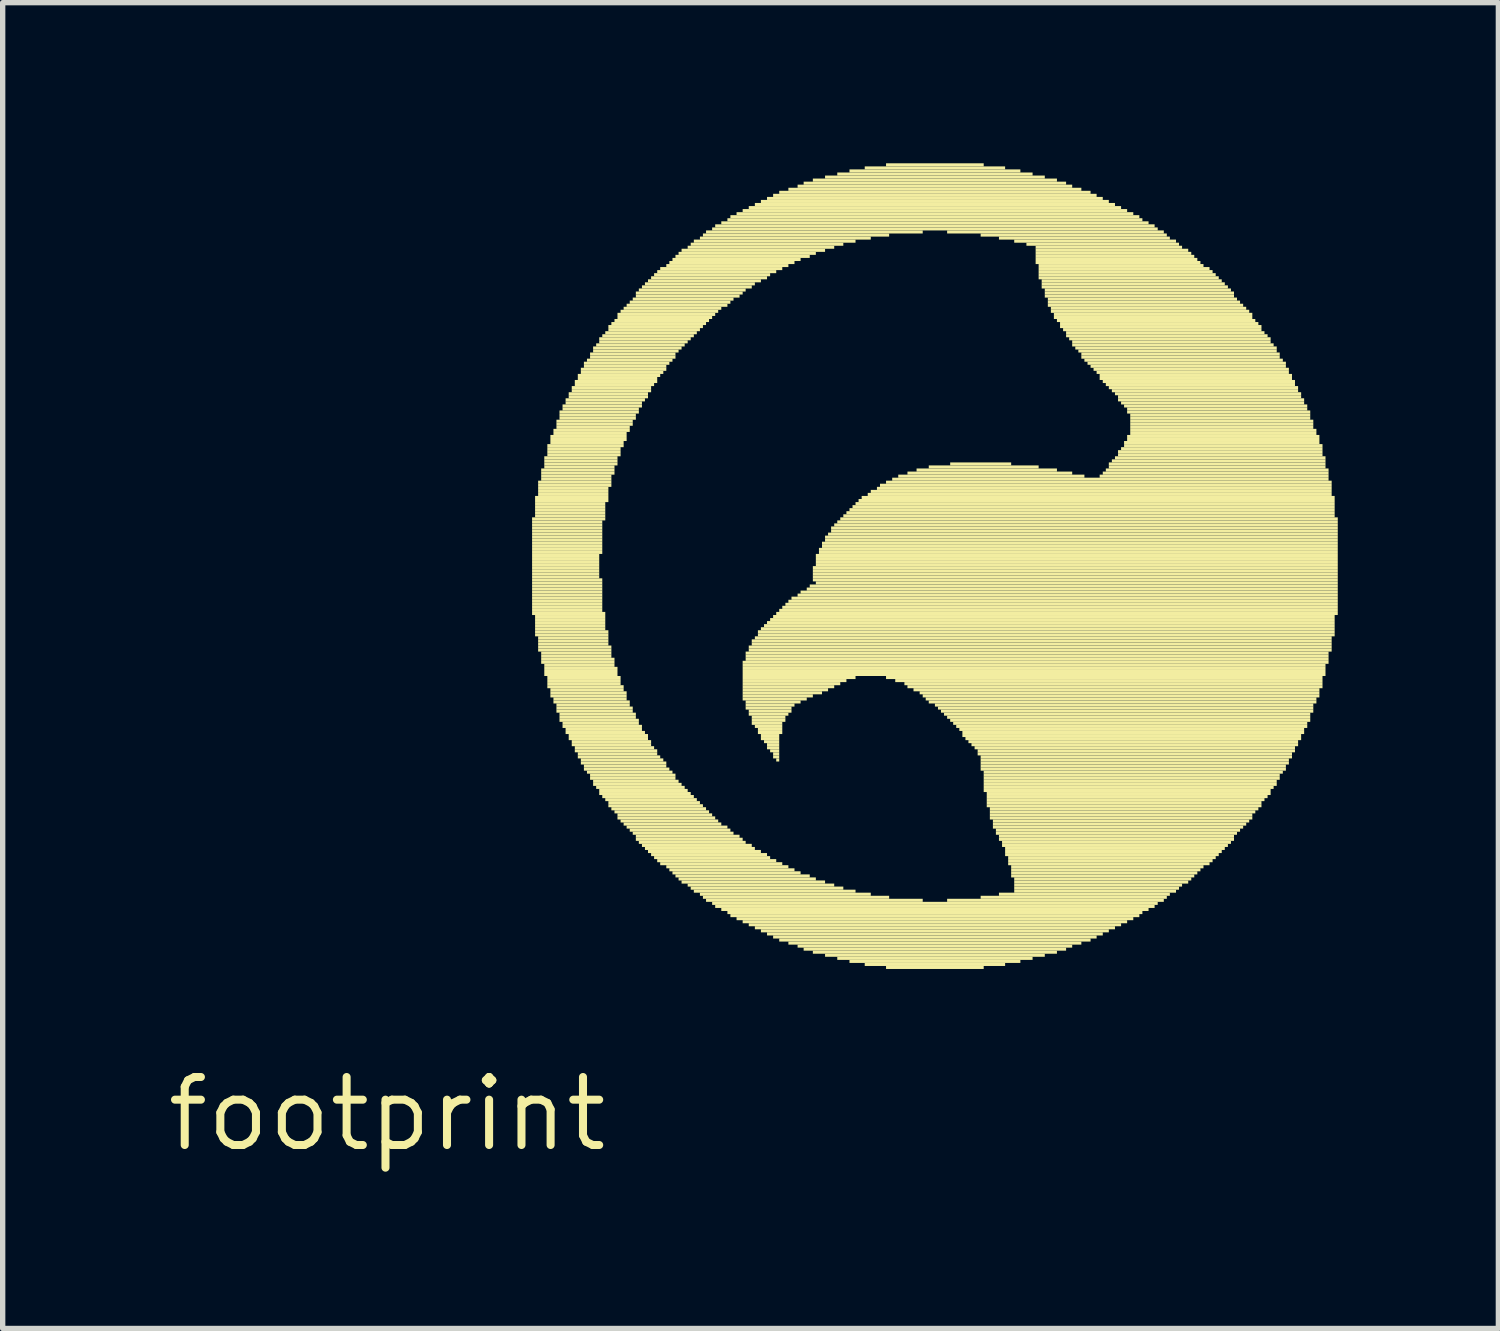
<source format=kicad_pcb>
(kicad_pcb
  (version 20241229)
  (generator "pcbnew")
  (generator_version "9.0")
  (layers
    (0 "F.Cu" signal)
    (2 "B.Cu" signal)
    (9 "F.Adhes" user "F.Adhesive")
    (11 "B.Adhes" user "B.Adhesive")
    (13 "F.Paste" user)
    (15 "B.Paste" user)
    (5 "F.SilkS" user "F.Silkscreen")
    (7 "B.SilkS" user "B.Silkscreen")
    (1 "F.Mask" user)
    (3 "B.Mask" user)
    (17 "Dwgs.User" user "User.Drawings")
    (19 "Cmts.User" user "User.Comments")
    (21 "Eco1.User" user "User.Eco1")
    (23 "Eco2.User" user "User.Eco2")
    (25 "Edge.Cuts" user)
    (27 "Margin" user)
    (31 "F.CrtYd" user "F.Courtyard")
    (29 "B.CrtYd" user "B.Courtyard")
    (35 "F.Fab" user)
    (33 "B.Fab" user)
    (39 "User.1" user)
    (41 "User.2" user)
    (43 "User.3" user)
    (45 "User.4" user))
  (footprint "footprint"
    (layer "F.Cu")
    (at 4.18 17.756)
    (property "Reference" "footprint" (at 0 0 0) (layer "F.SilkS") (effects (font (size 1.27 1.27) (thickness 0.15))))
    (fp_poly (pts (xy 2.708 -11.086) (xy 4.075 -11.086) (xy 4.075 -11.143) (xy 2.708 -11.143)) (stroke (width 0) (type solid)) (fill yes) (layer "F.SilkS"))
    (fp_poly (pts (xy 2.708 -11.03) (xy 4.019 -11.03) (xy 4.019 -11.086) (xy 2.708 -11.086)) (stroke (width 0) (type solid)) (fill yes) (layer "F.SilkS"))
    (fp_poly (pts (xy 2.708 -10.973) (xy 4.019 -10.973) (xy 4.019 -11.03) (xy 2.708 -11.03)) (stroke (width 0) (type solid)) (fill yes) (layer "F.SilkS"))
    (fp_poly (pts (xy 2.708 -10.915) (xy 4.019 -10.915) (xy 4.019 -10.973) (xy 2.708 -10.973)) (stroke (width 0) (type solid)) (fill yes) (layer "F.SilkS"))
    (fp_poly (pts (xy 2.708 -10.858) (xy 4.019 -10.858) (xy 4.019 -10.915) (xy 2.708 -10.915)) (stroke (width 0) (type solid)) (fill yes) (layer "F.SilkS"))
    (fp_poly (pts (xy 2.708 -10.802) (xy 4.019 -10.802) (xy 4.019 -10.858) (xy 2.708 -10.858)) (stroke (width 0) (type solid)) (fill yes) (layer "F.SilkS"))
    (fp_poly (pts (xy 2.708 -10.745) (xy 4.019 -10.745) (xy 4.019 -10.802) (xy 2.708 -10.802)) (stroke (width 0) (type solid)) (fill yes) (layer "F.SilkS"))
    (fp_poly (pts (xy 2.708 -10.688) (xy 4.019 -10.688) (xy 4.019 -10.745) (xy 2.708 -10.745)) (stroke (width 0) (type solid)) (fill yes) (layer "F.SilkS"))
    (fp_poly (pts (xy 2.708 -10.63) (xy 4.019 -10.63) (xy 4.019 -10.688) (xy 2.708 -10.688)) (stroke (width 0) (type solid)) (fill yes) (layer "F.SilkS"))
    (fp_poly (pts (xy 2.708 -10.573) (xy 4.019 -10.573) (xy 4.019 -10.63) (xy 2.708 -10.63)) (stroke (width 0) (type solid)) (fill yes) (layer "F.SilkS"))
    (fp_poly (pts (xy 2.708 -10.517) (xy 4.019 -10.517) (xy 4.019 -10.573) (xy 2.708 -10.573)) (stroke (width 0) (type solid)) (fill yes) (layer "F.SilkS"))
    (fp_poly (pts (xy 2.708 -10.46) (xy 4.019 -10.46) (xy 4.019 -10.517) (xy 2.708 -10.517)) (stroke (width 0) (type solid)) (fill yes) (layer "F.SilkS"))
    (fp_poly (pts (xy 2.708 -10.402) (xy 3.962 -10.402) (xy 3.962 -10.46) (xy 2.708 -10.46)) (stroke (width 0) (type solid)) (fill yes) (layer "F.SilkS"))
    (fp_poly (pts (xy 2.708 -10.345) (xy 3.962 -10.345) (xy 3.962 -10.402) (xy 2.708 -10.402)) (stroke (width 0) (type solid)) (fill yes) (layer "F.SilkS"))
    (fp_poly (pts (xy 2.708 -10.289) (xy 3.962 -10.289) (xy 3.962 -10.345) (xy 2.708 -10.345)) (stroke (width 0) (type solid)) (fill yes) (layer "F.SilkS"))
    (fp_poly (pts (xy 2.708 -10.232) (xy 3.962 -10.232) (xy 3.962 -10.289) (xy 2.708 -10.289)) (stroke (width 0) (type solid)) (fill yes) (layer "F.SilkS"))
    (fp_poly (pts (xy 2.708 -10.175) (xy 3.962 -10.175) (xy 3.962 -10.232) (xy 2.708 -10.232)) (stroke (width 0) (type solid)) (fill yes) (layer "F.SilkS"))
    (fp_poly (pts (xy 2.708 -10.117) (xy 3.962 -10.117) (xy 3.962 -10.175) (xy 2.708 -10.175)) (stroke (width 0) (type solid)) (fill yes) (layer "F.SilkS"))
    (fp_poly (pts (xy 2.708 -10.06) (xy 3.962 -10.06) (xy 3.962 -10.117) (xy 2.708 -10.117)) (stroke (width 0) (type solid)) (fill yes) (layer "F.SilkS"))
    (fp_poly (pts (xy 2.708 -10.004) (xy 3.962 -10.004) (xy 3.962 -10.06) (xy 2.708 -10.06)) (stroke (width 0) (type solid)) (fill yes) (layer "F.SilkS"))
    (fp_poly (pts (xy 2.708 -9.947) (xy 4.019 -9.947) (xy 4.019 -10.004) (xy 2.708 -10.004)) (stroke (width 0) (type solid)) (fill yes) (layer "F.SilkS"))
    (fp_poly (pts (xy 2.708 -9.889) (xy 4.019 -9.889) (xy 4.019 -9.947) (xy 2.708 -9.947)) (stroke (width 0) (type solid)) (fill yes) (layer "F.SilkS"))
    (fp_poly (pts (xy 2.708 -9.832) (xy 4.019 -9.832) (xy 4.019 -9.889) (xy 2.708 -9.889)) (stroke (width 0) (type solid)) (fill yes) (layer "F.SilkS"))
    (fp_poly (pts (xy 2.708 -9.775) (xy 4.019 -9.775) (xy 4.019 -9.832) (xy 2.708 -9.832)) (stroke (width 0) (type solid)) (fill yes) (layer "F.SilkS"))
    (fp_poly (pts (xy 2.708 -9.719) (xy 4.019 -9.719) (xy 4.019 -9.775) (xy 2.708 -9.775)) (stroke (width 0) (type solid)) (fill yes) (layer "F.SilkS"))
    (fp_poly (pts (xy 2.708 -9.662) (xy 4.019 -9.662) (xy 4.019 -9.719) (xy 2.708 -9.719)) (stroke (width 0) (type solid)) (fill yes) (layer "F.SilkS"))
    (fp_poly (pts (xy 2.708 -9.604) (xy 4.019 -9.604) (xy 4.019 -9.662) (xy 2.708 -9.662)) (stroke (width 0) (type solid)) (fill yes) (layer "F.SilkS"))
    (fp_poly (pts (xy 2.708 -9.547) (xy 4.019 -9.547) (xy 4.019 -9.604) (xy 2.708 -9.604)) (stroke (width 0) (type solid)) (fill yes) (layer "F.SilkS"))
    (fp_poly (pts (xy 2.708 -9.491) (xy 4.019 -9.491) (xy 4.019 -9.547) (xy 2.708 -9.547)) (stroke (width 0) (type solid)) (fill yes) (layer "F.SilkS"))
    (fp_poly (pts (xy 2.708 -9.434) (xy 4.019 -9.434) (xy 4.019 -9.491) (xy 2.708 -9.491)) (stroke (width 0) (type solid)) (fill yes) (layer "F.SilkS"))
    (fp_poly (pts (xy 2.708 -9.377) (xy 4.019 -9.377) (xy 4.019 -9.434) (xy 2.708 -9.434)) (stroke (width 0) (type solid)) (fill yes) (layer "F.SilkS"))
    (fp_poly (pts (xy 2.708 -9.319) (xy 4.075 -9.319) (xy 4.075 -9.377) (xy 2.708 -9.377)) (stroke (width 0) (type solid)) (fill yes) (layer "F.SilkS"))
    (fp_poly (pts (xy 2.764 -11.486) (xy 4.133 -11.486) (xy 4.133 -11.543) (xy 2.764 -11.543)) (stroke (width 0) (type solid)) (fill yes) (layer "F.SilkS"))
    (fp_poly (pts (xy 2.764 -11.428) (xy 4.133 -11.428) (xy 4.133 -11.486) (xy 2.764 -11.486)) (stroke (width 0) (type solid)) (fill yes) (layer "F.SilkS"))
    (fp_poly (pts (xy 2.764 -11.371) (xy 4.075 -11.371) (xy 4.075 -11.428) (xy 2.764 -11.428)) (stroke (width 0) (type solid)) (fill yes) (layer "F.SilkS"))
    (fp_poly (pts (xy 2.764 -11.315) (xy 4.075 -11.315) (xy 4.075 -11.371) (xy 2.764 -11.371)) (stroke (width 0) (type solid)) (fill yes) (layer "F.SilkS"))
    (fp_poly (pts (xy 2.764 -11.258) (xy 4.075 -11.258) (xy 4.075 -11.315) (xy 2.764 -11.315)) (stroke (width 0) (type solid)) (fill yes) (layer "F.SilkS"))
    (fp_poly (pts (xy 2.764 -11.2) (xy 4.075 -11.2) (xy 4.075 -11.258) (xy 2.764 -11.258)) (stroke (width 0) (type solid)) (fill yes) (layer "F.SilkS"))
    (fp_poly (pts (xy 2.764 -11.143) (xy 4.075 -11.143) (xy 4.075 -11.2) (xy 2.764 -11.2)) (stroke (width 0) (type solid)) (fill yes) (layer "F.SilkS"))
    (fp_poly (pts (xy 2.764 -9.262) (xy 4.075 -9.262) (xy 4.075 -9.319) (xy 2.764 -9.319)) (stroke (width 0) (type solid)) (fill yes) (layer "F.SilkS"))
    (fp_poly (pts (xy 2.764 -9.206) (xy 4.075 -9.206) (xy 4.075 -9.262) (xy 2.764 -9.262)) (stroke (width 0) (type solid)) (fill yes) (layer "F.SilkS"))
    (fp_poly (pts (xy 2.764 -9.149) (xy 4.075 -9.149) (xy 4.075 -9.206) (xy 2.764 -9.206)) (stroke (width 0) (type solid)) (fill yes) (layer "F.SilkS"))
    (fp_poly (pts (xy 2.764 -9.091) (xy 4.075 -9.091) (xy 4.075 -9.149) (xy 2.764 -9.149)) (stroke (width 0) (type solid)) (fill yes) (layer "F.SilkS"))
    (fp_poly (pts (xy 2.764 -9.034) (xy 4.075 -9.034) (xy 4.075 -9.091) (xy 2.764 -9.091)) (stroke (width 0) (type solid)) (fill yes) (layer "F.SilkS"))
    (fp_poly (pts (xy 2.764 -8.977) (xy 4.133 -8.977) (xy 4.133 -9.034) (xy 2.764 -9.034)) (stroke (width 0) (type solid)) (fill yes) (layer "F.SilkS"))
    (fp_poly (pts (xy 2.764 -8.921) (xy 4.133 -8.921) (xy 4.133 -8.977) (xy 2.764 -8.977)) (stroke (width 0) (type solid)) (fill yes) (layer "F.SilkS"))
    (fp_poly (pts (xy 2.821 -11.771) (xy 4.189 -11.771) (xy 4.189 -11.828) (xy 2.821 -11.828)) (stroke (width 0) (type solid)) (fill yes) (layer "F.SilkS"))
    (fp_poly (pts (xy 2.821 -11.713) (xy 4.189 -11.713) (xy 4.189 -11.771) (xy 2.821 -11.771)) (stroke (width 0) (type solid)) (fill yes) (layer "F.SilkS"))
    (fp_poly (pts (xy 2.821 -11.656) (xy 4.133 -11.656) (xy 4.133 -11.713) (xy 2.821 -11.713)) (stroke (width 0) (type solid)) (fill yes) (layer "F.SilkS"))
    (fp_poly (pts (xy 2.821 -11.6) (xy 4.133 -11.6) (xy 4.133 -11.656) (xy 2.821 -11.656)) (stroke (width 0) (type solid)) (fill yes) (layer "F.SilkS"))
    (fp_poly (pts (xy 2.821 -11.543) (xy 4.133 -11.543) (xy 4.133 -11.6) (xy 2.821 -11.6)) (stroke (width 0) (type solid)) (fill yes) (layer "F.SilkS"))
    (fp_poly (pts (xy 2.821 -8.864) (xy 4.133 -8.864) (xy 4.133 -8.921) (xy 2.821 -8.921)) (stroke (width 0) (type solid)) (fill yes) (layer "F.SilkS"))
    (fp_poly (pts (xy 2.821 -8.806) (xy 4.133 -8.806) (xy 4.133 -8.864) (xy 2.821 -8.864)) (stroke (width 0) (type solid)) (fill yes) (layer "F.SilkS"))
    (fp_poly (pts (xy 2.821 -8.749) (xy 4.133 -8.749) (xy 4.133 -8.806) (xy 2.821 -8.806)) (stroke (width 0) (type solid)) (fill yes) (layer "F.SilkS"))
    (fp_poly (pts (xy 2.821 -8.693) (xy 4.189 -8.693) (xy 4.189 -8.749) (xy 2.821 -8.749)) (stroke (width 0) (type solid)) (fill yes) (layer "F.SilkS"))
    (fp_poly (pts (xy 2.821 -8.636) (xy 4.189 -8.636) (xy 4.189 -8.693) (xy 2.821 -8.693)) (stroke (width 0) (type solid)) (fill yes) (layer "F.SilkS"))
    (fp_poly (pts (xy 2.878 -11.998) (xy 4.247 -11.998) (xy 4.247 -12.056) (xy 2.878 -12.056)) (stroke (width 0) (type solid)) (fill yes) (layer "F.SilkS"))
    (fp_poly (pts (xy 2.878 -11.941) (xy 4.247 -11.941) (xy 4.247 -11.998) (xy 2.878 -11.998)) (stroke (width 0) (type solid)) (fill yes) (layer "F.SilkS"))
    (fp_poly (pts (xy 2.878 -11.884) (xy 4.189 -11.884) (xy 4.189 -11.941) (xy 2.878 -11.941)) (stroke (width 0) (type solid)) (fill yes) (layer "F.SilkS"))
    (fp_poly (pts (xy 2.878 -11.828) (xy 4.189 -11.828) (xy 4.189 -11.884) (xy 2.878 -11.884)) (stroke (width 0) (type solid)) (fill yes) (layer "F.SilkS"))
    (fp_poly (pts (xy 2.878 -8.579) (xy 4.189 -8.579) (xy 4.189 -8.636) (xy 2.878 -8.636)) (stroke (width 0) (type solid)) (fill yes) (layer "F.SilkS"))
    (fp_poly (pts (xy 2.878 -8.521) (xy 4.189 -8.521) (xy 4.189 -8.579) (xy 2.878 -8.579)) (stroke (width 0) (type solid)) (fill yes) (layer "F.SilkS"))
    (fp_poly (pts (xy 2.878 -8.464) (xy 4.247 -8.464) (xy 4.247 -8.521) (xy 2.878 -8.521)) (stroke (width 0) (type solid)) (fill yes) (layer "F.SilkS"))
    (fp_poly (pts (xy 2.878 -8.408) (xy 4.247 -8.408) (xy 4.247 -8.464) (xy 2.878 -8.464)) (stroke (width 0) (type solid)) (fill yes) (layer "F.SilkS"))
    (fp_poly (pts (xy 2.936 -12.226) (xy 4.303 -12.226) (xy 4.303 -12.284) (xy 2.936 -12.284)) (stroke (width 0) (type solid)) (fill yes) (layer "F.SilkS"))
    (fp_poly (pts (xy 2.936 -12.169) (xy 4.303 -12.169) (xy 4.303 -12.226) (xy 2.936 -12.226)) (stroke (width 0) (type solid)) (fill yes) (layer "F.SilkS"))
    (fp_poly (pts (xy 2.936 -12.113) (xy 4.303 -12.113) (xy 4.303 -12.169) (xy 2.936 -12.169)) (stroke (width 0) (type solid)) (fill yes) (layer "F.SilkS"))
    (fp_poly (pts (xy 2.936 -12.056) (xy 4.247 -12.056) (xy 4.247 -12.113) (xy 2.936 -12.113)) (stroke (width 0) (type solid)) (fill yes) (layer "F.SilkS"))
    (fp_poly (pts (xy 2.936 -8.351) (xy 4.247 -8.351) (xy 4.247 -8.408) (xy 2.936 -8.408)) (stroke (width 0) (type solid)) (fill yes) (layer "F.SilkS"))
    (fp_poly (pts (xy 2.936 -8.293) (xy 4.303 -8.293) (xy 4.303 -8.351) (xy 2.936 -8.351)) (stroke (width 0) (type solid)) (fill yes) (layer "F.SilkS"))
    (fp_poly (pts (xy 2.936 -8.236) (xy 4.303 -8.236) (xy 4.303 -8.293) (xy 2.936 -8.293)) (stroke (width 0) (type solid)) (fill yes) (layer "F.SilkS"))
    (fp_poly (pts (xy 2.936 -8.18) (xy 4.303 -8.18) (xy 4.303 -8.236) (xy 2.936 -8.236)) (stroke (width 0) (type solid)) (fill yes) (layer "F.SilkS"))
    (fp_poly (pts (xy 2.993 -12.454) (xy 4.418 -12.454) (xy 4.418 -12.511) (xy 2.993 -12.511)) (stroke (width 0) (type solid)) (fill yes) (layer "F.SilkS"))
    (fp_poly (pts (xy 2.993 -12.398) (xy 4.361 -12.398) (xy 4.361 -12.454) (xy 2.993 -12.454)) (stroke (width 0) (type solid)) (fill yes) (layer "F.SilkS"))
    (fp_poly (pts (xy 2.993 -12.341) (xy 4.361 -12.341) (xy 4.361 -12.398) (xy 2.993 -12.398)) (stroke (width 0) (type solid)) (fill yes) (layer "F.SilkS"))
    (fp_poly (pts (xy 2.993 -12.284) (xy 4.361 -12.284) (xy 4.361 -12.341) (xy 2.993 -12.341)) (stroke (width 0) (type solid)) (fill yes) (layer "F.SilkS"))
    (fp_poly (pts (xy 2.993 -8.123) (xy 4.361 -8.123) (xy 4.361 -8.18) (xy 2.993 -8.18)) (stroke (width 0) (type solid)) (fill yes) (layer "F.SilkS"))
    (fp_poly (pts (xy 2.993 -8.066) (xy 4.361 -8.066) (xy 4.361 -8.123) (xy 2.993 -8.123)) (stroke (width 0) (type solid)) (fill yes) (layer "F.SilkS"))
    (fp_poly (pts (xy 2.993 -8.008) (xy 4.361 -8.008) (xy 4.361 -8.066) (xy 2.993 -8.066)) (stroke (width 0) (type solid)) (fill yes) (layer "F.SilkS"))
    (fp_poly (pts (xy 2.993 -7.952) (xy 4.418 -7.952) (xy 4.418 -8.008) (xy 2.993 -8.008)) (stroke (width 0) (type solid)) (fill yes) (layer "F.SilkS"))
    (fp_poly (pts (xy 3.05 -12.626) (xy 4.474 -12.626) (xy 4.474 -12.682) (xy 3.05 -12.682)) (stroke (width 0) (type solid)) (fill yes) (layer "F.SilkS"))
    (fp_poly (pts (xy 3.05 -12.569) (xy 4.474 -12.569) (xy 4.474 -12.626) (xy 3.05 -12.626)) (stroke (width 0) (type solid)) (fill yes) (layer "F.SilkS"))
    (fp_poly (pts (xy 3.05 -12.511) (xy 4.418 -12.511) (xy 4.418 -12.569) (xy 3.05 -12.569)) (stroke (width 0) (type solid)) (fill yes) (layer "F.SilkS"))
    (fp_poly (pts (xy 3.05 -7.894) (xy 4.418 -7.894) (xy 4.418 -7.952) (xy 3.05 -7.952)) (stroke (width 0) (type solid)) (fill yes) (layer "F.SilkS"))
    (fp_poly (pts (xy 3.05 -7.838) (xy 4.474 -7.838) (xy 4.474 -7.894) (xy 3.05 -7.894)) (stroke (width 0) (type solid)) (fill yes) (layer "F.SilkS"))
    (fp_poly (pts (xy 3.05 -7.78) (xy 4.474 -7.78) (xy 4.474 -7.838) (xy 3.05 -7.838)) (stroke (width 0) (type solid)) (fill yes) (layer "F.SilkS"))
    (fp_poly (pts (xy 3.107 -12.739) (xy 4.532 -12.739) (xy 4.532 -12.796) (xy 3.107 -12.796)) (stroke (width 0) (type solid)) (fill yes) (layer "F.SilkS"))
    (fp_poly (pts (xy 3.107 -12.682) (xy 4.474 -12.682) (xy 4.474 -12.739) (xy 3.107 -12.739)) (stroke (width 0) (type solid)) (fill yes) (layer "F.SilkS"))
    (fp_poly (pts (xy 3.107 -7.723) (xy 4.474 -7.723) (xy 4.474 -7.78) (xy 3.107 -7.78)) (stroke (width 0) (type solid)) (fill yes) (layer "F.SilkS"))
    (fp_poly (pts (xy 3.107 -7.667) (xy 4.532 -7.667) (xy 4.532 -7.723) (xy 3.107 -7.723)) (stroke (width 0) (type solid)) (fill yes) (layer "F.SilkS"))
    (fp_poly (pts (xy 3.163 -12.911) (xy 4.588 -12.911) (xy 4.588 -12.967) (xy 3.163 -12.967)) (stroke (width 0) (type solid)) (fill yes) (layer "F.SilkS"))
    (fp_poly (pts (xy 3.163 -12.854) (xy 4.588 -12.854) (xy 4.588 -12.911) (xy 3.163 -12.911)) (stroke (width 0) (type solid)) (fill yes) (layer "F.SilkS"))
    (fp_poly (pts (xy 3.163 -12.796) (xy 4.532 -12.796) (xy 4.532 -12.854) (xy 3.163 -12.854)) (stroke (width 0) (type solid)) (fill yes) (layer "F.SilkS"))
    (fp_poly (pts (xy 3.163 -7.609) (xy 4.532 -7.609) (xy 4.532 -7.667) (xy 3.163 -7.667)) (stroke (width 0) (type solid)) (fill yes) (layer "F.SilkS"))
    (fp_poly (pts (xy 3.163 -7.553) (xy 4.588 -7.553) (xy 4.588 -7.609) (xy 3.163 -7.609)) (stroke (width 0) (type solid)) (fill yes) (layer "F.SilkS"))
    (fp_poly (pts (xy 3.163 -7.495) (xy 4.588 -7.495) (xy 4.588 -7.553) (xy 3.163 -7.553)) (stroke (width 0) (type solid)) (fill yes) (layer "F.SilkS"))
    (fp_poly (pts (xy 3.22 -13.082) (xy 4.702 -13.082) (xy 4.702 -13.139) (xy 3.22 -13.139)) (stroke (width 0) (type solid)) (fill yes) (layer "F.SilkS"))
    (fp_poly (pts (xy 3.22 -13.024) (xy 4.646 -13.024) (xy 4.646 -13.082) (xy 3.22 -13.082)) (stroke (width 0) (type solid)) (fill yes) (layer "F.SilkS"))
    (fp_poly (pts (xy 3.22 -12.967) (xy 4.646 -12.967) (xy 4.646 -13.024) (xy 3.22 -13.024)) (stroke (width 0) (type solid)) (fill yes) (layer "F.SilkS"))
    (fp_poly (pts (xy 3.22 -7.439) (xy 4.646 -7.439) (xy 4.646 -7.495) (xy 3.22 -7.495)) (stroke (width 0) (type solid)) (fill yes) (layer "F.SilkS"))
    (fp_poly (pts (xy 3.22 -7.381) (xy 4.646 -7.381) (xy 4.646 -7.439) (xy 3.22 -7.439)) (stroke (width 0) (type solid)) (fill yes) (layer "F.SilkS"))
    (fp_poly (pts (xy 3.22 -7.324) (xy 4.702 -7.324) (xy 4.702 -7.381) (xy 3.22 -7.381)) (stroke (width 0) (type solid)) (fill yes) (layer "F.SilkS"))
    (fp_poly (pts (xy 3.277 -13.195) (xy 4.76 -13.195) (xy 4.76 -13.252) (xy 3.277 -13.252)) (stroke (width 0) (type solid)) (fill yes) (layer "F.SilkS"))
    (fp_poly (pts (xy 3.277 -13.139) (xy 4.702 -13.139) (xy 4.702 -13.195) (xy 3.277 -13.195)) (stroke (width 0) (type solid)) (fill yes) (layer "F.SilkS"))
    (fp_poly (pts (xy 3.277 -7.268) (xy 4.702 -7.268) (xy 4.702 -7.324) (xy 3.277 -7.324)) (stroke (width 0) (type solid)) (fill yes) (layer "F.SilkS"))
    (fp_poly (pts (xy 3.277 -7.21) (xy 4.76 -7.21) (xy 4.76 -7.268) (xy 3.277 -7.268)) (stroke (width 0) (type solid)) (fill yes) (layer "F.SilkS"))
    (fp_poly (pts (xy 3.334 -13.309) (xy 4.816 -13.309) (xy 4.816 -13.367) (xy 3.334 -13.367)) (stroke (width 0) (type solid)) (fill yes) (layer "F.SilkS"))
    (fp_poly (pts (xy 3.334 -13.252) (xy 4.76 -13.252) (xy 4.76 -13.309) (xy 3.334 -13.309)) (stroke (width 0) (type solid)) (fill yes) (layer "F.SilkS"))
    (fp_poly (pts (xy 3.334 -7.154) (xy 4.76 -7.154) (xy 4.76 -7.21) (xy 3.334 -7.21)) (stroke (width 0) (type solid)) (fill yes) (layer "F.SilkS"))
    (fp_poly (pts (xy 3.334 -7.096) (xy 4.816 -7.096) (xy 4.816 -7.154) (xy 3.334 -7.154)) (stroke (width 0) (type solid)) (fill yes) (layer "F.SilkS"))
    (fp_poly (pts (xy 3.392 -13.424) (xy 4.873 -13.424) (xy 4.873 -13.48) (xy 3.392 -13.48)) (stroke (width 0) (type solid)) (fill yes) (layer "F.SilkS"))
    (fp_poly (pts (xy 3.392 -13.367) (xy 4.873 -13.367) (xy 4.873 -13.424) (xy 3.392 -13.424)) (stroke (width 0) (type solid)) (fill yes) (layer "F.SilkS"))
    (fp_poly (pts (xy 3.392 -7.04) (xy 4.873 -7.04) (xy 4.873 -7.096) (xy 3.392 -7.096)) (stroke (width 0) (type solid)) (fill yes) (layer "F.SilkS"))
    (fp_poly (pts (xy 3.392 -6.982) (xy 4.873 -6.982) (xy 4.873 -7.04) (xy 3.392 -7.04)) (stroke (width 0) (type solid)) (fill yes) (layer "F.SilkS"))
    (fp_poly (pts (xy 3.449 -13.537) (xy 4.931 -13.537) (xy 4.931 -13.595) (xy 3.449 -13.595)) (stroke (width 0) (type solid)) (fill yes) (layer "F.SilkS"))
    (fp_poly (pts (xy 3.449 -13.48) (xy 4.931 -13.48) (xy 4.931 -13.537) (xy 3.449 -13.537)) (stroke (width 0) (type solid)) (fill yes) (layer "F.SilkS"))
    (fp_poly (pts (xy 3.449 -6.926) (xy 4.931 -6.926) (xy 4.931 -6.982) (xy 3.449 -6.982)) (stroke (width 0) (type solid)) (fill yes) (layer "F.SilkS"))
    (fp_poly (pts (xy 3.449 -6.869) (xy 4.931 -6.869) (xy 4.931 -6.926) (xy 3.449 -6.926)) (stroke (width 0) (type solid)) (fill yes) (layer "F.SilkS"))
    (fp_poly (pts (xy 3.506 -13.652) (xy 5.045 -13.652) (xy 5.045 -13.709) (xy 3.506 -13.709)) (stroke (width 0) (type solid)) (fill yes) (layer "F.SilkS"))
    (fp_poly (pts (xy 3.506 -13.595) (xy 4.987 -13.595) (xy 4.987 -13.652) (xy 3.506 -13.652)) (stroke (width 0) (type solid)) (fill yes) (layer "F.SilkS"))
    (fp_poly (pts (xy 3.506 -6.811) (xy 4.987 -6.811) (xy 4.987 -6.869) (xy 3.506 -6.869)) (stroke (width 0) (type solid)) (fill yes) (layer "F.SilkS"))
    (fp_poly (pts (xy 3.506 -6.755) (xy 5.045 -6.755) (xy 5.045 -6.811) (xy 3.506 -6.811)) (stroke (width 0) (type solid)) (fill yes) (layer "F.SilkS"))
    (fp_poly (pts (xy 3.562 -13.765) (xy 5.101 -13.765) (xy 5.101 -13.822) (xy 3.562 -13.822)) (stroke (width 0) (type solid)) (fill yes) (layer "F.SilkS"))
    (fp_poly (pts (xy 3.562 -13.709) (xy 5.045 -13.709) (xy 5.045 -13.765) (xy 3.562 -13.765)) (stroke (width 0) (type solid)) (fill yes) (layer "F.SilkS"))
    (fp_poly (pts (xy 3.562 -6.697) (xy 5.045 -6.697) (xy 5.045 -6.755) (xy 3.562 -6.755)) (stroke (width 0) (type solid)) (fill yes) (layer "F.SilkS"))
    (fp_poly (pts (xy 3.562 -6.641) (xy 5.101 -6.641) (xy 5.101 -6.697) (xy 3.562 -6.697)) (stroke (width 0) (type solid)) (fill yes) (layer "F.SilkS"))
    (fp_poly (pts (xy 3.619 -13.88) (xy 5.215 -13.88) (xy 5.215 -13.937) (xy 3.619 -13.937)) (stroke (width 0) (type solid)) (fill yes) (layer "F.SilkS"))
    (fp_poly (pts (xy 3.619 -13.822) (xy 5.159 -13.822) (xy 5.159 -13.88) (xy 3.619 -13.88)) (stroke (width 0) (type solid)) (fill yes) (layer "F.SilkS"))
    (fp_poly (pts (xy 3.619 -6.583) (xy 5.159 -6.583) (xy 5.159 -6.641) (xy 3.619 -6.641)) (stroke (width 0) (type solid)) (fill yes) (layer "F.SilkS"))
    (fp_poly (pts (xy 3.619 -6.527) (xy 5.215 -6.527) (xy 5.215 -6.583) (xy 3.619 -6.583)) (stroke (width 0) (type solid)) (fill yes) (layer "F.SilkS"))
    (fp_poly (pts (xy 3.676 -13.993) (xy 5.272 -13.993) (xy 5.272 -14.05) (xy 3.676 -14.05)) (stroke (width 0) (type solid)) (fill yes) (layer "F.SilkS"))
    (fp_poly (pts (xy 3.676 -13.937) (xy 5.215 -13.937) (xy 5.215 -13.993) (xy 3.676 -13.993)) (stroke (width 0) (type solid)) (fill yes) (layer "F.SilkS"))
    (fp_poly (pts (xy 3.676 -6.47) (xy 5.215 -6.47) (xy 5.215 -6.527) (xy 3.676 -6.527)) (stroke (width 0) (type solid)) (fill yes) (layer "F.SilkS"))
    (fp_poly (pts (xy 3.676 -6.412) (xy 5.272 -6.412) (xy 5.272 -6.47) (xy 3.676 -6.47)) (stroke (width 0) (type solid)) (fill yes) (layer "F.SilkS"))
    (fp_poly (pts (xy 3.733 -14.05) (xy 5.33 -14.05) (xy 5.33 -14.107) (xy 3.733 -14.107)) (stroke (width 0) (type solid)) (fill yes) (layer "F.SilkS"))
    (fp_poly (pts (xy 3.733 -6.356) (xy 5.33 -6.356) (xy 5.33 -6.412) (xy 3.733 -6.412)) (stroke (width 0) (type solid)) (fill yes) (layer "F.SilkS"))
    (fp_poly (pts (xy 3.791 -14.165) (xy 5.386 -14.165) (xy 5.386 -14.222) (xy 3.791 -14.222)) (stroke (width 0) (type solid)) (fill yes) (layer "F.SilkS"))
    (fp_poly (pts (xy 3.791 -14.107) (xy 5.386 -14.107) (xy 5.386 -14.165) (xy 3.791 -14.165)) (stroke (width 0) (type solid)) (fill yes) (layer "F.SilkS"))
    (fp_poly (pts (xy 3.791 -6.298) (xy 5.386 -6.298) (xy 5.386 -6.356) (xy 3.791 -6.356)) (stroke (width 0) (type solid)) (fill yes) (layer "F.SilkS"))
    (fp_poly (pts (xy 3.791 -6.242) (xy 5.386 -6.242) (xy 5.386 -6.298) (xy 3.791 -6.298)) (stroke (width 0) (type solid)) (fill yes) (layer "F.SilkS"))
    (fp_poly (pts (xy 3.848 -14.278) (xy 5.5 -14.278) (xy 5.5 -14.335) (xy 3.848 -14.335)) (stroke (width 0) (type solid)) (fill yes) (layer "F.SilkS"))
    (fp_poly (pts (xy 3.848 -14.222) (xy 5.444 -14.222) (xy 5.444 -14.278) (xy 3.848 -14.278)) (stroke (width 0) (type solid)) (fill yes) (layer "F.SilkS"))
    (fp_poly (pts (xy 3.848 -6.184) (xy 5.444 -6.184) (xy 5.444 -6.242) (xy 3.848 -6.242)) (stroke (width 0) (type solid)) (fill yes) (layer "F.SilkS"))
    (fp_poly (pts (xy 3.848 -6.128) (xy 5.5 -6.128) (xy 5.5 -6.184) (xy 3.848 -6.184)) (stroke (width 0) (type solid)) (fill yes) (layer "F.SilkS"))
    (fp_poly (pts (xy 3.905 -14.335) (xy 5.558 -14.335) (xy 5.558 -14.393) (xy 3.905 -14.393)) (stroke (width 0) (type solid)) (fill yes) (layer "F.SilkS"))
    (fp_poly (pts (xy 3.905 -6.071) (xy 5.558 -6.071) (xy 5.558 -6.128) (xy 3.905 -6.128)) (stroke (width 0) (type solid)) (fill yes) (layer "F.SilkS"))
    (fp_poly (pts (xy 3.962 -14.45) (xy 5.671 -14.45) (xy 5.671 -14.507) (xy 3.962 -14.507)) (stroke (width 0) (type solid)) (fill yes) (layer "F.SilkS"))
    (fp_poly (pts (xy 3.962 -14.393) (xy 5.614 -14.393) (xy 5.614 -14.45) (xy 3.962 -14.45)) (stroke (width 0) (type solid)) (fill yes) (layer "F.SilkS"))
    (fp_poly (pts (xy 3.962 -6.013) (xy 5.614 -6.013) (xy 5.614 -6.071) (xy 3.962 -6.071)) (stroke (width 0) (type solid)) (fill yes) (layer "F.SilkS"))
    (fp_poly (pts (xy 3.962 -5.957) (xy 5.671 -5.957) (xy 5.671 -6.013) (xy 3.962 -6.013)) (stroke (width 0) (type solid)) (fill yes) (layer "F.SilkS"))
    (fp_poly (pts (xy 4.019 -14.507) (xy 5.729 -14.507) (xy 5.729 -14.563) (xy 4.019 -14.563)) (stroke (width 0) (type solid)) (fill yes) (layer "F.SilkS"))
    (fp_poly (pts (xy 4.019 -5.899) (xy 5.729 -5.899) (xy 5.729 -5.957) (xy 4.019 -5.957)) (stroke (width 0) (type solid)) (fill yes) (layer "F.SilkS"))
    (fp_poly (pts (xy 4.075 -14.563) (xy 5.785 -14.563) (xy 5.785 -14.62) (xy 4.075 -14.62)) (stroke (width 0) (type solid)) (fill yes) (layer "F.SilkS"))
    (fp_poly (pts (xy 4.075 -5.843) (xy 5.785 -5.843) (xy 5.785 -5.899) (xy 4.075 -5.899)) (stroke (width 0) (type solid)) (fill yes) (layer "F.SilkS"))
    (fp_poly (pts (xy 4.133 -14.678) (xy 5.899 -14.678) (xy 5.899 -14.735) (xy 4.133 -14.735)) (stroke (width 0) (type solid)) (fill yes) (layer "F.SilkS"))
    (fp_poly (pts (xy 4.133 -14.62) (xy 5.843 -14.62) (xy 5.843 -14.678) (xy 4.133 -14.678)) (stroke (width 0) (type solid)) (fill yes) (layer "F.SilkS"))
    (fp_poly (pts (xy 4.133 -5.785) (xy 5.843 -5.785) (xy 5.843 -5.843) (xy 4.133 -5.843)) (stroke (width 0) (type solid)) (fill yes) (layer "F.SilkS"))
    (fp_poly (pts (xy 4.133 -5.729) (xy 5.899 -5.729) (xy 5.899 -5.785) (xy 4.133 -5.785)) (stroke (width 0) (type solid)) (fill yes) (layer "F.SilkS"))
    (fp_poly (pts (xy 4.189 -14.735) (xy 5.957 -14.735) (xy 5.957 -14.791) (xy 4.189 -14.791)) (stroke (width 0) (type solid)) (fill yes) (layer "F.SilkS"))
    (fp_poly (pts (xy 4.189 -5.671) (xy 5.957 -5.671) (xy 5.957 -5.729) (xy 4.189 -5.729)) (stroke (width 0) (type solid)) (fill yes) (layer "F.SilkS"))
    (fp_poly (pts (xy 4.247 -14.791) (xy 6.013 -14.791) (xy 6.013 -14.848) (xy 4.247 -14.848)) (stroke (width 0) (type solid)) (fill yes) (layer "F.SilkS"))
    (fp_poly (pts (xy 4.247 -5.614) (xy 6.013 -5.614) (xy 6.013 -5.671) (xy 4.247 -5.671)) (stroke (width 0) (type solid)) (fill yes) (layer "F.SilkS"))
    (fp_poly (pts (xy 4.303 -14.905) (xy 6.128 -14.905) (xy 6.128 -14.963) (xy 4.303 -14.963)) (stroke (width 0) (type solid)) (fill yes) (layer "F.SilkS"))
    (fp_poly (pts (xy 4.303 -14.848) (xy 6.071 -14.848) (xy 6.071 -14.905) (xy 4.303 -14.905)) (stroke (width 0) (type solid)) (fill yes) (layer "F.SilkS"))
    (fp_poly (pts (xy 4.303 -5.558) (xy 6.071 -5.558) (xy 6.071 -5.614) (xy 4.303 -5.614)) (stroke (width 0) (type solid)) (fill yes) (layer "F.SilkS"))
    (fp_poly (pts (xy 4.303 -5.5) (xy 6.128 -5.5) (xy 6.128 -5.558) (xy 4.303 -5.558)) (stroke (width 0) (type solid)) (fill yes) (layer "F.SilkS"))
    (fp_poly (pts (xy 4.361 -14.963) (xy 6.184 -14.963) (xy 6.184 -15.02) (xy 4.361 -15.02)) (stroke (width 0) (type solid)) (fill yes) (layer "F.SilkS"))
    (fp_poly (pts (xy 4.361 -5.444) (xy 6.184 -5.444) (xy 6.184 -5.5) (xy 4.361 -5.5)) (stroke (width 0) (type solid)) (fill yes) (layer "F.SilkS"))
    (fp_poly (pts (xy 4.418 -15.02) (xy 6.242 -15.02) (xy 6.242 -15.076) (xy 4.418 -15.076)) (stroke (width 0) (type solid)) (fill yes) (layer "F.SilkS"))
    (fp_poly (pts (xy 4.418 -5.386) (xy 6.242 -5.386) (xy 6.242 -5.444) (xy 4.418 -5.444)) (stroke (width 0) (type solid)) (fill yes) (layer "F.SilkS"))
    (fp_poly (pts (xy 4.474 -15.076) (xy 6.356 -15.076) (xy 6.356 -15.133) (xy 4.474 -15.133)) (stroke (width 0) (type solid)) (fill yes) (layer "F.SilkS"))
    (fp_poly (pts (xy 4.474 -5.33) (xy 6.356 -5.33) (xy 6.356 -5.386) (xy 4.474 -5.386)) (stroke (width 0) (type solid)) (fill yes) (layer "F.SilkS"))
    (fp_poly (pts (xy 4.532 -15.133) (xy 6.412 -15.133) (xy 6.412 -15.191) (xy 4.532 -15.191)) (stroke (width 0) (type solid)) (fill yes) (layer "F.SilkS"))
    (fp_poly (pts (xy 4.532 -5.272) (xy 6.412 -5.272) (xy 6.412 -5.33) (xy 4.532 -5.33)) (stroke (width 0) (type solid)) (fill yes) (layer "F.SilkS"))
    (fp_poly (pts (xy 4.588 -15.191) (xy 6.47 -15.191) (xy 6.47 -15.248) (xy 4.588 -15.248)) (stroke (width 0) (type solid)) (fill yes) (layer "F.SilkS"))
    (fp_poly (pts (xy 4.588 -5.215) (xy 6.47 -5.215) (xy 6.47 -5.272) (xy 4.588 -5.272)) (stroke (width 0) (type solid)) (fill yes) (layer "F.SilkS"))
    (fp_poly (pts (xy 4.646 -15.305) (xy 6.641 -15.305) (xy 6.641 -15.361) (xy 4.646 -15.361)) (stroke (width 0) (type solid)) (fill yes) (layer "F.SilkS"))
    (fp_poly (pts (xy 4.646 -15.248) (xy 6.583 -15.248) (xy 6.583 -15.305) (xy 4.646 -15.305)) (stroke (width 0) (type solid)) (fill yes) (layer "F.SilkS"))
    (fp_poly (pts (xy 4.646 -5.159) (xy 6.583 -5.159) (xy 6.583 -5.215) (xy 4.646 -5.215)) (stroke (width 0) (type solid)) (fill yes) (layer "F.SilkS"))
    (fp_poly (pts (xy 4.646 -5.101) (xy 6.641 -5.101) (xy 6.641 -5.159) (xy 4.646 -5.159)) (stroke (width 0) (type solid)) (fill yes) (layer "F.SilkS"))
    (fp_poly (pts (xy 4.702 -15.361) (xy 6.697 -15.361) (xy 6.697 -15.418) (xy 4.702 -15.418)) (stroke (width 0) (type solid)) (fill yes) (layer "F.SilkS"))
    (fp_poly (pts (xy 4.702 -5.045) (xy 6.697 -5.045) (xy 6.697 -5.101) (xy 4.702 -5.101)) (stroke (width 0) (type solid)) (fill yes) (layer "F.SilkS"))
    (fp_poly (pts (xy 4.76 -15.418) (xy 6.811 -15.418) (xy 6.811 -15.476) (xy 4.76 -15.476)) (stroke (width 0) (type solid)) (fill yes) (layer "F.SilkS"))
    (fp_poly (pts (xy 4.76 -4.987) (xy 6.811 -4.987) (xy 6.811 -5.045) (xy 4.76 -5.045)) (stroke (width 0) (type solid)) (fill yes) (layer "F.SilkS"))
    (fp_poly (pts (xy 4.816 -15.476) (xy 6.869 -15.476) (xy 6.869 -15.533) (xy 4.816 -15.533)) (stroke (width 0) (type solid)) (fill yes) (layer "F.SilkS"))
    (fp_poly (pts (xy 4.816 -4.931) (xy 6.869 -4.931) (xy 6.869 -4.987) (xy 4.816 -4.987)) (stroke (width 0) (type solid)) (fill yes) (layer "F.SilkS"))
    (fp_poly (pts (xy 4.873 -15.533) (xy 6.982 -15.533) (xy 6.982 -15.589) (xy 4.873 -15.589)) (stroke (width 0) (type solid)) (fill yes) (layer "F.SilkS"))
    (fp_poly (pts (xy 4.873 -4.873) (xy 6.982 -4.873) (xy 6.982 -4.931) (xy 4.873 -4.931)) (stroke (width 0) (type solid)) (fill yes) (layer "F.SilkS"))
    (fp_poly (pts (xy 4.931 -15.589) (xy 7.096 -15.589) (xy 7.096 -15.646) (xy 4.931 -15.646)) (stroke (width 0) (type solid)) (fill yes) (layer "F.SilkS"))
    (fp_poly (pts (xy 4.931 -4.816) (xy 7.096 -4.816) (xy 7.096 -4.873) (xy 4.931 -4.873)) (stroke (width 0) (type solid)) (fill yes) (layer "F.SilkS"))
    (fp_poly (pts (xy 4.987 -15.646) (xy 7.154 -15.646) (xy 7.154 -15.704) (xy 4.987 -15.704)) (stroke (width 0) (type solid)) (fill yes) (layer "F.SilkS"))
    (fp_poly (pts (xy 4.987 -4.76) (xy 7.154 -4.76) (xy 7.154 -4.816) (xy 4.987 -4.816)) (stroke (width 0) (type solid)) (fill yes) (layer "F.SilkS"))
    (fp_poly (pts (xy 5.045 -15.704) (xy 7.268 -15.704) (xy 7.268 -15.761) (xy 5.045 -15.761)) (stroke (width 0) (type solid)) (fill yes) (layer "F.SilkS"))
    (fp_poly (pts (xy 5.045 -4.702) (xy 7.268 -4.702) (xy 7.268 -4.76) (xy 5.045 -4.76)) (stroke (width 0) (type solid)) (fill yes) (layer "F.SilkS"))
    (fp_poly (pts (xy 5.101 -15.761) (xy 7.381 -15.761) (xy 7.381 -15.818) (xy 5.101 -15.818)) (stroke (width 0) (type solid)) (fill yes) (layer "F.SilkS"))
    (fp_poly (pts (xy 5.101 -4.646) (xy 7.381 -4.646) (xy 7.381 -4.702) (xy 5.101 -4.702)) (stroke (width 0) (type solid)) (fill yes) (layer "F.SilkS"))
    (fp_poly (pts (xy 5.215 -15.818) (xy 7.495 -15.818) (xy 7.495 -15.874) (xy 5.215 -15.874)) (stroke (width 0) (type solid)) (fill yes) (layer "F.SilkS"))
    (fp_poly (pts (xy 5.215 -4.588) (xy 7.495 -4.588) (xy 7.495 -4.646) (xy 5.215 -4.646)) (stroke (width 0) (type solid)) (fill yes) (layer "F.SilkS"))
    (fp_poly (pts (xy 5.272 -15.874) (xy 7.609 -15.874) (xy 7.609 -15.931) (xy 5.272 -15.931)) (stroke (width 0) (type solid)) (fill yes) (layer "F.SilkS"))
    (fp_poly (pts (xy 5.272 -4.532) (xy 7.609 -4.532) (xy 7.609 -4.588) (xy 5.272 -4.588)) (stroke (width 0) (type solid)) (fill yes) (layer "F.SilkS"))
    (fp_poly (pts (xy 5.33 -15.931) (xy 7.723 -15.931) (xy 7.723 -15.989) (xy 5.33 -15.989)) (stroke (width 0) (type solid)) (fill yes) (layer "F.SilkS"))
    (fp_poly (pts (xy 5.33 -4.474) (xy 7.723 -4.474) (xy 7.723 -4.532) (xy 5.33 -4.532)) (stroke (width 0) (type solid)) (fill yes) (layer "F.SilkS"))
    (fp_poly (pts (xy 5.386 -15.989) (xy 7.894 -15.989) (xy 7.894 -16.046) (xy 5.386 -16.046)) (stroke (width 0) (type solid)) (fill yes) (layer "F.SilkS"))
    (fp_poly (pts (xy 5.386 -4.418) (xy 7.894 -4.418) (xy 7.894 -4.474) (xy 5.386 -4.474)) (stroke (width 0) (type solid)) (fill yes) (layer "F.SilkS"))
    (fp_poly (pts (xy 5.444 -16.046) (xy 8.008 -16.046) (xy 8.008 -16.102) (xy 5.444 -16.102)) (stroke (width 0) (type solid)) (fill yes) (layer "F.SilkS"))
    (fp_poly (pts (xy 5.444 -4.361) (xy 8.008 -4.361) (xy 8.008 -4.418) (xy 5.444 -4.418)) (stroke (width 0) (type solid)) (fill yes) (layer "F.SilkS"))
    (fp_poly (pts (xy 5.5 -16.102) (xy 8.18 -16.102) (xy 8.18 -16.16) (xy 5.5 -16.16)) (stroke (width 0) (type solid)) (fill yes) (layer "F.SilkS"))
    (fp_poly (pts (xy 5.5 -4.303) (xy 8.18 -4.303) (xy 8.18 -4.361) (xy 5.5 -4.361)) (stroke (width 0) (type solid)) (fill yes) (layer "F.SilkS"))
    (fp_poly (pts (xy 5.614 -16.16) (xy 8.351 -16.16) (xy 8.351 -16.216) (xy 5.614 -16.216)) (stroke (width 0) (type solid)) (fill yes) (layer "F.SilkS"))
    (fp_poly (pts (xy 5.614 -4.247) (xy 8.351 -4.247) (xy 8.351 -4.303) (xy 5.614 -4.303)) (stroke (width 0) (type solid)) (fill yes) (layer "F.SilkS"))
    (fp_poly (pts (xy 5.671 -16.216) (xy 8.521 -16.216) (xy 8.521 -16.273) (xy 5.671 -16.273)) (stroke (width 0) (type solid)) (fill yes) (layer "F.SilkS"))
    (fp_poly (pts (xy 5.671 -4.189) (xy 8.521 -4.189) (xy 8.521 -4.247) (xy 5.671 -4.247)) (stroke (width 0) (type solid)) (fill yes) (layer "F.SilkS"))
    (fp_poly (pts (xy 5.729 -16.273) (xy 8.749 -16.273) (xy 8.749 -16.331) (xy 5.729 -16.331)) (stroke (width 0) (type solid)) (fill yes) (layer "F.SilkS"))
    (fp_poly (pts (xy 5.729 -4.133) (xy 8.749 -4.133) (xy 8.749 -4.189) (xy 5.729 -4.189)) (stroke (width 0) (type solid)) (fill yes) (layer "F.SilkS"))
    (fp_poly (pts (xy 5.843 -16.331) (xy 9.034 -16.331) (xy 9.034 -16.387) (xy 5.843 -16.387)) (stroke (width 0) (type solid)) (fill yes) (layer "F.SilkS"))
    (fp_poly (pts (xy 5.843 -4.075) (xy 9.034 -4.075) (xy 9.034 -4.133) (xy 5.843 -4.133)) (stroke (width 0) (type solid)) (fill yes) (layer "F.SilkS"))
    (fp_poly (pts (xy 5.899 -16.387) (xy 9.377 -16.387) (xy 9.377 -16.445) (xy 5.899 -16.445)) (stroke (width 0) (type solid)) (fill yes) (layer "F.SilkS"))
    (fp_poly (pts (xy 5.899 -4.019) (xy 9.377 -4.019) (xy 9.377 -4.075) (xy 5.899 -4.075)) (stroke (width 0) (type solid)) (fill yes) (layer "F.SilkS"))
    (fp_poly (pts (xy 5.957 -16.445) (xy 10.004 -16.445) (xy 10.004 -16.502) (xy 5.957 -16.502)) (stroke (width 0) (type solid)) (fill yes) (layer "F.SilkS"))
    (fp_poly (pts (xy 5.957 -3.962) (xy 10.004 -3.962) (xy 10.004 -4.019) (xy 5.957 -4.019)) (stroke (width 0) (type solid)) (fill yes) (layer "F.SilkS"))
    (fp_poly (pts (xy 6.071 -16.502) (xy 14.393 -16.502) (xy 14.393 -16.558) (xy 6.071 -16.558)) (stroke (width 0) (type solid)) (fill yes) (layer "F.SilkS"))
    (fp_poly (pts (xy 6.071 -3.905) (xy 14.393 -3.905) (xy 14.393 -3.962) (xy 6.071 -3.962)) (stroke (width 0) (type solid)) (fill yes) (layer "F.SilkS"))
    (fp_poly (pts (xy 6.128 -16.558) (xy 14.335 -16.558) (xy 14.335 -16.616) (xy 6.128 -16.616)) (stroke (width 0) (type solid)) (fill yes) (layer "F.SilkS"))
    (fp_poly (pts (xy 6.128 -3.848) (xy 14.335 -3.848) (xy 14.335 -3.905) (xy 6.128 -3.905)) (stroke (width 0) (type solid)) (fill yes) (layer "F.SilkS"))
    (fp_poly (pts (xy 6.242 -16.616) (xy 14.222 -16.616) (xy 14.222 -16.672) (xy 6.242 -16.672)) (stroke (width 0) (type solid)) (fill yes) (layer "F.SilkS"))
    (fp_poly (pts (xy 6.242 -3.791) (xy 14.222 -3.791) (xy 14.222 -3.848) (xy 6.242 -3.848)) (stroke (width 0) (type solid)) (fill yes) (layer "F.SilkS"))
    (fp_poly (pts (xy 6.356 -16.672) (xy 14.107 -16.672) (xy 14.107 -16.73) (xy 6.356 -16.73)) (stroke (width 0) (type solid)) (fill yes) (layer "F.SilkS"))
    (fp_poly (pts (xy 6.356 -3.733) (xy 14.107 -3.733) (xy 14.107 -3.791) (xy 6.356 -3.791)) (stroke (width 0) (type solid)) (fill yes) (layer "F.SilkS"))
    (fp_poly (pts (xy 6.412 -16.73) (xy 14.05 -16.73) (xy 14.05 -16.787) (xy 6.412 -16.787)) (stroke (width 0) (type solid)) (fill yes) (layer "F.SilkS"))
    (fp_poly (pts (xy 6.412 -3.676) (xy 14.05 -3.676) (xy 14.05 -3.733) (xy 6.412 -3.733)) (stroke (width 0) (type solid)) (fill yes) (layer "F.SilkS"))
    (fp_poly (pts (xy 6.527 -16.787) (xy 13.937 -16.787) (xy 13.937 -16.843) (xy 6.527 -16.843)) (stroke (width 0) (type solid)) (fill yes) (layer "F.SilkS"))
    (fp_poly (pts (xy 6.527 -3.619) (xy 13.937 -3.619) (xy 13.937 -3.676) (xy 6.527 -3.676)) (stroke (width 0) (type solid)) (fill yes) (layer "F.SilkS"))
    (fp_poly (pts (xy 6.641 -16.843) (xy 13.822 -16.843) (xy 13.822 -16.901) (xy 6.641 -16.901)) (stroke (width 0) (type solid)) (fill yes) (layer "F.SilkS"))
    (fp_poly (pts (xy 6.641 -8.408) (xy 17.584 -8.408) (xy 17.584 -8.464) (xy 6.641 -8.464)) (stroke (width 0) (type solid)) (fill yes) (layer "F.SilkS"))
    (fp_poly (pts (xy 6.641 -8.351) (xy 17.527 -8.351) (xy 17.527 -8.408) (xy 6.641 -8.408)) (stroke (width 0) (type solid)) (fill yes) (layer "F.SilkS"))
    (fp_poly (pts (xy 6.641 -8.293) (xy 17.527 -8.293) (xy 17.527 -8.351) (xy 6.641 -8.351)) (stroke (width 0) (type solid)) (fill yes) (layer "F.SilkS"))
    (fp_poly (pts (xy 6.641 -8.236) (xy 17.527 -8.236) (xy 17.527 -8.293) (xy 6.641 -8.293)) (stroke (width 0) (type solid)) (fill yes) (layer "F.SilkS"))
    (fp_poly (pts (xy 6.641 -8.18) (xy 17.527 -8.18) (xy 17.527 -8.236) (xy 6.641 -8.236)) (stroke (width 0) (type solid)) (fill yes) (layer "F.SilkS"))
    (fp_poly (pts (xy 6.641 -8.123) (xy 8.749 -8.123) (xy 8.749 -8.18) (xy 6.641 -8.18)) (stroke (width 0) (type solid)) (fill yes) (layer "F.SilkS"))
    (fp_poly (pts (xy 6.641 -8.066) (xy 8.579 -8.066) (xy 8.579 -8.123) (xy 6.641 -8.123)) (stroke (width 0) (type solid)) (fill yes) (layer "F.SilkS"))
    (fp_poly (pts (xy 6.641 -8.008) (xy 8.464 -8.008) (xy 8.464 -8.066) (xy 6.641 -8.066)) (stroke (width 0) (type solid)) (fill yes) (layer "F.SilkS"))
    (fp_poly (pts (xy 6.641 -7.952) (xy 8.351 -7.952) (xy 8.351 -8.008) (xy 6.641 -8.008)) (stroke (width 0) (type solid)) (fill yes) (layer "F.SilkS"))
    (fp_poly (pts (xy 6.641 -7.894) (xy 8.236 -7.894) (xy 8.236 -7.952) (xy 6.641 -7.952)) (stroke (width 0) (type solid)) (fill yes) (layer "F.SilkS"))
    (fp_poly (pts (xy 6.641 -7.838) (xy 8.123 -7.838) (xy 8.123 -7.894) (xy 6.641 -7.894)) (stroke (width 0) (type solid)) (fill yes) (layer "F.SilkS"))
    (fp_poly (pts (xy 6.641 -7.78) (xy 7.952 -7.78) (xy 7.952 -7.838) (xy 6.641 -7.838)) (stroke (width 0) (type solid)) (fill yes) (layer "F.SilkS"))
    (fp_poly (pts (xy 6.641 -7.723) (xy 7.838 -7.723) (xy 7.838 -7.78) (xy 6.641 -7.78)) (stroke (width 0) (type solid)) (fill yes) (layer "F.SilkS"))
    (fp_poly (pts (xy 6.641 -3.562) (xy 13.822 -3.562) (xy 13.822 -3.619) (xy 6.641 -3.619)) (stroke (width 0) (type solid)) (fill yes) (layer "F.SilkS"))
    (fp_poly (pts (xy 6.697 -8.579) (xy 17.584 -8.579) (xy 17.584 -8.636) (xy 6.697 -8.636)) (stroke (width 0) (type solid)) (fill yes) (layer "F.SilkS"))
    (fp_poly (pts (xy 6.697 -8.521) (xy 17.584 -8.521) (xy 17.584 -8.579) (xy 6.697 -8.579)) (stroke (width 0) (type solid)) (fill yes) (layer "F.SilkS"))
    (fp_poly (pts (xy 6.697 -8.464) (xy 17.584 -8.464) (xy 17.584 -8.521) (xy 6.697 -8.521)) (stroke (width 0) (type solid)) (fill yes) (layer "F.SilkS"))
    (fp_poly (pts (xy 6.697 -7.667) (xy 7.723 -7.667) (xy 7.723 -7.723) (xy 6.697 -7.723)) (stroke (width 0) (type solid)) (fill yes) (layer "F.SilkS"))
    (fp_poly (pts (xy 6.697 -7.609) (xy 7.609 -7.609) (xy 7.609 -7.667) (xy 6.697 -7.667)) (stroke (width 0) (type solid)) (fill yes) (layer "F.SilkS"))
    (fp_poly (pts (xy 6.697 -7.553) (xy 7.553 -7.553) (xy 7.553 -7.609) (xy 6.697 -7.609)) (stroke (width 0) (type solid)) (fill yes) (layer "F.SilkS"))
    (fp_poly (pts (xy 6.755 -16.901) (xy 13.709 -16.901) (xy 13.709 -16.957) (xy 6.755 -16.957)) (stroke (width 0) (type solid)) (fill yes) (layer "F.SilkS"))
    (fp_poly (pts (xy 6.755 -8.693) (xy 17.642 -8.693) (xy 17.642 -8.749) (xy 6.755 -8.749)) (stroke (width 0) (type solid)) (fill yes) (layer "F.SilkS"))
    (fp_poly (pts (xy 6.755 -8.636) (xy 17.642 -8.636) (xy 17.642 -8.693) (xy 6.755 -8.693)) (stroke (width 0) (type solid)) (fill yes) (layer "F.SilkS"))
    (fp_poly (pts (xy 6.755 -7.495) (xy 7.553 -7.495) (xy 7.553 -7.553) (xy 6.755 -7.553)) (stroke (width 0) (type solid)) (fill yes) (layer "F.SilkS"))
    (fp_poly (pts (xy 6.755 -7.439) (xy 7.495 -7.439) (xy 7.495 -7.495) (xy 6.755 -7.495)) (stroke (width 0) (type solid)) (fill yes) (layer "F.SilkS"))
    (fp_poly (pts (xy 6.755 -3.506) (xy 13.709 -3.506) (xy 13.709 -3.562) (xy 6.755 -3.562)) (stroke (width 0) (type solid)) (fill yes) (layer "F.SilkS"))
    (fp_poly (pts (xy 6.811 -8.806) (xy 17.642 -8.806) (xy 17.642 -8.864) (xy 6.811 -8.864)) (stroke (width 0) (type solid)) (fill yes) (layer "F.SilkS"))
    (fp_poly (pts (xy 6.811 -8.749) (xy 17.642 -8.749) (xy 17.642 -8.806) (xy 6.811 -8.806)) (stroke (width 0) (type solid)) (fill yes) (layer "F.SilkS"))
    (fp_poly (pts (xy 6.811 -7.381) (xy 7.439 -7.381) (xy 7.439 -7.439) (xy 6.811 -7.439)) (stroke (width 0) (type solid)) (fill yes) (layer "F.SilkS"))
    (fp_poly (pts (xy 6.811 -7.324) (xy 7.439 -7.324) (xy 7.439 -7.381) (xy 6.811 -7.381)) (stroke (width 0) (type solid)) (fill yes) (layer "F.SilkS"))
    (fp_poly (pts (xy 6.811 -7.268) (xy 7.381 -7.268) (xy 7.381 -7.324) (xy 6.811 -7.324)) (stroke (width 0) (type solid)) (fill yes) (layer "F.SilkS"))
    (fp_poly (pts (xy 6.869 -16.957) (xy 13.595 -16.957) (xy 13.595 -17.015) (xy 6.869 -17.015)) (stroke (width 0) (type solid)) (fill yes) (layer "F.SilkS"))
    (fp_poly (pts (xy 6.869 -8.864) (xy 17.642 -8.864) (xy 17.642 -8.921) (xy 6.869 -8.921)) (stroke (width 0) (type solid)) (fill yes) (layer "F.SilkS"))
    (fp_poly (pts (xy 6.869 -7.21) (xy 7.381 -7.21) (xy 7.381 -7.268) (xy 6.869 -7.268)) (stroke (width 0) (type solid)) (fill yes) (layer "F.SilkS"))
    (fp_poly (pts (xy 6.869 -3.449) (xy 13.595 -3.449) (xy 13.595 -3.506) (xy 6.869 -3.506)) (stroke (width 0) (type solid)) (fill yes) (layer "F.SilkS"))
    (fp_poly (pts (xy 6.926 -8.977) (xy 17.698 -8.977) (xy 17.698 -9.034) (xy 6.926 -9.034)) (stroke (width 0) (type solid)) (fill yes) (layer "F.SilkS"))
    (fp_poly (pts (xy 6.926 -8.921) (xy 17.698 -8.921) (xy 17.698 -8.977) (xy 6.926 -8.977)) (stroke (width 0) (type solid)) (fill yes) (layer "F.SilkS"))
    (fp_poly (pts (xy 6.926 -7.154) (xy 7.381 -7.154) (xy 7.381 -7.21) (xy 6.926 -7.21)) (stroke (width 0) (type solid)) (fill yes) (layer "F.SilkS"))
    (fp_poly (pts (xy 6.926 -7.096) (xy 7.381 -7.096) (xy 7.381 -7.154) (xy 6.926 -7.154)) (stroke (width 0) (type solid)) (fill yes) (layer "F.SilkS"))
    (fp_poly (pts (xy 6.982 -17.015) (xy 13.48 -17.015) (xy 13.48 -17.072) (xy 6.982 -17.072)) (stroke (width 0) (type solid)) (fill yes) (layer "F.SilkS"))
    (fp_poly (pts (xy 6.982 -9.034) (xy 17.698 -9.034) (xy 17.698 -9.091) (xy 6.982 -9.091)) (stroke (width 0) (type solid)) (fill yes) (layer "F.SilkS"))
    (fp_poly (pts (xy 6.982 -7.04) (xy 7.324 -7.04) (xy 7.324 -7.096) (xy 6.982 -7.096)) (stroke (width 0) (type solid)) (fill yes) (layer "F.SilkS"))
    (fp_poly (pts (xy 6.982 -6.982) (xy 7.324 -6.982) (xy 7.324 -7.04) (xy 6.982 -7.04)) (stroke (width 0) (type solid)) (fill yes) (layer "F.SilkS"))
    (fp_poly (pts (xy 6.982 -3.392) (xy 13.48 -3.392) (xy 13.48 -3.449) (xy 6.982 -3.449)) (stroke (width 0) (type solid)) (fill yes) (layer "F.SilkS"))
    (fp_poly (pts (xy 7.04 -9.091) (xy 17.698 -9.091) (xy 17.698 -9.149) (xy 7.04 -9.149)) (stroke (width 0) (type solid)) (fill yes) (layer "F.SilkS"))
    (fp_poly (pts (xy 7.04 -6.926) (xy 7.324 -6.926) (xy 7.324 -6.982) (xy 7.04 -6.982)) (stroke (width 0) (type solid)) (fill yes) (layer "F.SilkS"))
    (fp_poly (pts (xy 7.096 -17.072) (xy 13.367 -17.072) (xy 13.367 -17.128) (xy 7.096 -17.128)) (stroke (width 0) (type solid)) (fill yes) (layer "F.SilkS"))
    (fp_poly (pts (xy 7.096 -9.149) (xy 17.698 -9.149) (xy 17.698 -9.206) (xy 7.096 -9.206)) (stroke (width 0) (type solid)) (fill yes) (layer "F.SilkS"))
    (fp_poly (pts (xy 7.096 -6.869) (xy 7.324 -6.869) (xy 7.324 -6.926) (xy 7.096 -6.926)) (stroke (width 0) (type solid)) (fill yes) (layer "F.SilkS"))
    (fp_poly (pts (xy 7.096 -6.811) (xy 7.324 -6.811) (xy 7.324 -6.869) (xy 7.096 -6.869)) (stroke (width 0) (type solid)) (fill yes) (layer "F.SilkS"))
    (fp_poly (pts (xy 7.096 -3.334) (xy 13.367 -3.334) (xy 13.367 -3.392) (xy 7.096 -3.392)) (stroke (width 0) (type solid)) (fill yes) (layer "F.SilkS"))
    (fp_poly (pts (xy 7.154 -9.206) (xy 17.698 -9.206) (xy 17.698 -9.262) (xy 7.154 -9.262)) (stroke (width 0) (type solid)) (fill yes) (layer "F.SilkS"))
    (fp_poly (pts (xy 7.154 -6.755) (xy 7.324 -6.755) (xy 7.324 -6.811) (xy 7.154 -6.811)) (stroke (width 0) (type solid)) (fill yes) (layer "F.SilkS"))
    (fp_poly (pts (xy 7.21 -17.128) (xy 13.252 -17.128) (xy 13.252 -17.186) (xy 7.21 -17.186)) (stroke (width 0) (type solid)) (fill yes) (layer "F.SilkS"))
    (fp_poly (pts (xy 7.21 -9.262) (xy 17.698 -9.262) (xy 17.698 -9.319) (xy 7.21 -9.319)) (stroke (width 0) (type solid)) (fill yes) (layer "F.SilkS"))
    (fp_poly (pts (xy 7.21 -6.697) (xy 7.324 -6.697) (xy 7.324 -6.755) (xy 7.21 -6.755)) (stroke (width 0) (type solid)) (fill yes) (layer "F.SilkS"))
    (fp_poly (pts (xy 7.21 -6.641) (xy 7.324 -6.641) (xy 7.324 -6.697) (xy 7.21 -6.697)) (stroke (width 0) (type solid)) (fill yes) (layer "F.SilkS"))
    (fp_poly (pts (xy 7.21 -3.277) (xy 13.252 -3.277) (xy 13.252 -3.334) (xy 7.21 -3.334)) (stroke (width 0) (type solid)) (fill yes) (layer "F.SilkS"))
    (fp_poly (pts (xy 7.268 -9.319) (xy 17.756 -9.319) (xy 17.756 -9.377) (xy 7.268 -9.377)) (stroke (width 0) (type solid)) (fill yes) (layer "F.SilkS"))
    (fp_poly (pts (xy 7.268 -6.583) (xy 7.324 -6.583) (xy 7.324 -6.641) (xy 7.268 -6.641)) (stroke (width 0) (type solid)) (fill yes) (layer "F.SilkS"))
    (fp_poly (pts (xy 7.324 -17.186) (xy 13.139 -17.186) (xy 13.139 -17.242) (xy 7.324 -17.242)) (stroke (width 0) (type solid)) (fill yes) (layer "F.SilkS"))
    (fp_poly (pts (xy 7.324 -9.377) (xy 17.756 -9.377) (xy 17.756 -9.434) (xy 7.324 -9.434)) (stroke (width 0) (type solid)) (fill yes) (layer "F.SilkS"))
    (fp_poly (pts (xy 7.324 -3.22) (xy 13.139 -3.22) (xy 13.139 -3.277) (xy 7.324 -3.277)) (stroke (width 0) (type solid)) (fill yes) (layer "F.SilkS"))
    (fp_poly (pts (xy 7.381 -9.434) (xy 17.756 -9.434) (xy 17.756 -9.491) (xy 7.381 -9.491)) (stroke (width 0) (type solid)) (fill yes) (layer "F.SilkS"))
    (fp_poly (pts (xy 7.439 -9.491) (xy 17.756 -9.491) (xy 17.756 -9.547) (xy 7.439 -9.547)) (stroke (width 0) (type solid)) (fill yes) (layer "F.SilkS"))
    (fp_poly (pts (xy 7.495 -17.242) (xy 12.967 -17.242) (xy 12.967 -17.299) (xy 7.495 -17.299)) (stroke (width 0) (type solid)) (fill yes) (layer "F.SilkS"))
    (fp_poly (pts (xy 7.495 -9.547) (xy 17.756 -9.547) (xy 17.756 -9.604) (xy 7.495 -9.604)) (stroke (width 0) (type solid)) (fill yes) (layer "F.SilkS"))
    (fp_poly (pts (xy 7.495 -3.163) (xy 12.967 -3.163) (xy 12.967 -3.22) (xy 7.495 -3.22)) (stroke (width 0) (type solid)) (fill yes) (layer "F.SilkS"))
    (fp_poly (pts (xy 7.553 -9.604) (xy 17.756 -9.604) (xy 17.756 -9.662) (xy 7.553 -9.662)) (stroke (width 0) (type solid)) (fill yes) (layer "F.SilkS"))
    (fp_poly (pts (xy 7.667 -17.299) (xy 12.796 -17.299) (xy 12.796 -17.357) (xy 7.667 -17.357)) (stroke (width 0) (type solid)) (fill yes) (layer "F.SilkS"))
    (fp_poly (pts (xy 7.667 -9.662) (xy 17.756 -9.662) (xy 17.756 -9.719) (xy 7.667 -9.719)) (stroke (width 0) (type solid)) (fill yes) (layer "F.SilkS"))
    (fp_poly (pts (xy 7.667 -3.107) (xy 12.796 -3.107) (xy 12.796 -3.163) (xy 7.667 -3.163)) (stroke (width 0) (type solid)) (fill yes) (layer "F.SilkS"))
    (fp_poly (pts (xy 7.723 -9.719) (xy 17.756 -9.719) (xy 17.756 -9.775) (xy 7.723 -9.775)) (stroke (width 0) (type solid)) (fill yes) (layer "F.SilkS"))
    (fp_poly (pts (xy 7.78 -17.357) (xy 12.682 -17.357) (xy 12.682 -17.413) (xy 7.78 -17.413)) (stroke (width 0) (type solid)) (fill yes) (layer "F.SilkS"))
    (fp_poly (pts (xy 7.78 -3.05) (xy 12.682 -3.05) (xy 12.682 -3.107) (xy 7.78 -3.107)) (stroke (width 0) (type solid)) (fill yes) (layer "F.SilkS"))
    (fp_poly (pts (xy 7.838 -9.775) (xy 17.756 -9.775) (xy 17.756 -9.832) (xy 7.838 -9.832)) (stroke (width 0) (type solid)) (fill yes) (layer "F.SilkS"))
    (fp_poly (pts (xy 7.894 -9.832) (xy 17.756 -9.832) (xy 17.756 -9.889) (xy 7.894 -9.889)) (stroke (width 0) (type solid)) (fill yes) (layer "F.SilkS"))
    (fp_poly (pts (xy 7.952 -17.413) (xy 12.511 -17.413) (xy 12.511 -17.471) (xy 7.952 -17.471)) (stroke (width 0) (type solid)) (fill yes) (layer "F.SilkS"))
    (fp_poly (pts (xy 7.952 -10.175) (xy 17.756 -10.175) (xy 17.756 -10.232) (xy 7.952 -10.232)) (stroke (width 0) (type solid)) (fill yes) (layer "F.SilkS"))
    (fp_poly (pts (xy 7.952 -10.117) (xy 17.756 -10.117) (xy 17.756 -10.175) (xy 7.952 -10.175)) (stroke (width 0) (type solid)) (fill yes) (layer "F.SilkS"))
    (fp_poly (pts (xy 7.952 -10.06) (xy 17.756 -10.06) (xy 17.756 -10.117) (xy 7.952 -10.117)) (stroke (width 0) (type solid)) (fill yes) (layer "F.SilkS"))
    (fp_poly (pts (xy 7.952 -10.004) (xy 17.756 -10.004) (xy 17.756 -10.06) (xy 7.952 -10.06)) (stroke (width 0) (type solid)) (fill yes) (layer "F.SilkS"))
    (fp_poly (pts (xy 7.952 -9.947) (xy 17.756 -9.947) (xy 17.756 -10.004) (xy 7.952 -10.004)) (stroke (width 0) (type solid)) (fill yes) (layer "F.SilkS"))
    (fp_poly (pts (xy 7.952 -2.993) (xy 12.511 -2.993) (xy 12.511 -3.05) (xy 7.952 -3.05)) (stroke (width 0) (type solid)) (fill yes) (layer "F.SilkS"))
    (fp_poly (pts (xy 8.008 -10.402) (xy 17.756 -10.402) (xy 17.756 -10.46) (xy 8.008 -10.46)) (stroke (width 0) (type solid)) (fill yes) (layer "F.SilkS"))
    (fp_poly (pts (xy 8.008 -10.345) (xy 17.756 -10.345) (xy 17.756 -10.402) (xy 8.008 -10.402)) (stroke (width 0) (type solid)) (fill yes) (layer "F.SilkS"))
    (fp_poly (pts (xy 8.008 -10.289) (xy 17.756 -10.289) (xy 17.756 -10.345) (xy 8.008 -10.345)) (stroke (width 0) (type solid)) (fill yes) (layer "F.SilkS"))
    (fp_poly (pts (xy 8.008 -10.232) (xy 17.756 -10.232) (xy 17.756 -10.289) (xy 8.008 -10.289)) (stroke (width 0) (type solid)) (fill yes) (layer "F.SilkS"))
    (fp_poly (pts (xy 8.008 -9.889) (xy 17.756 -9.889) (xy 17.756 -9.947) (xy 8.008 -9.947)) (stroke (width 0) (type solid)) (fill yes) (layer "F.SilkS"))
    (fp_poly (pts (xy 8.066 -10.517) (xy 17.756 -10.517) (xy 17.756 -10.573) (xy 8.066 -10.573)) (stroke (width 0) (type solid)) (fill yes) (layer "F.SilkS"))
    (fp_poly (pts (xy 8.066 -10.46) (xy 17.756 -10.46) (xy 17.756 -10.517) (xy 8.066 -10.517)) (stroke (width 0) (type solid)) (fill yes) (layer "F.SilkS"))
    (fp_poly (pts (xy 8.123 -10.63) (xy 17.756 -10.63) (xy 17.756 -10.688) (xy 8.123 -10.688)) (stroke (width 0) (type solid)) (fill yes) (layer "F.SilkS"))
    (fp_poly (pts (xy 8.123 -10.573) (xy 17.756 -10.573) (xy 17.756 -10.63) (xy 8.123 -10.63)) (stroke (width 0) (type solid)) (fill yes) (layer "F.SilkS"))
    (fp_poly (pts (xy 8.18 -17.471) (xy 12.284 -17.471) (xy 12.284 -17.527) (xy 8.18 -17.527)) (stroke (width 0) (type solid)) (fill yes) (layer "F.SilkS"))
    (fp_poly (pts (xy 8.18 -10.745) (xy 17.756 -10.745) (xy 17.756 -10.802) (xy 8.18 -10.802)) (stroke (width 0) (type solid)) (fill yes) (layer "F.SilkS"))
    (fp_poly (pts (xy 8.18 -10.688) (xy 17.756 -10.688) (xy 17.756 -10.745) (xy 8.18 -10.745)) (stroke (width 0) (type solid)) (fill yes) (layer "F.SilkS"))
    (fp_poly (pts (xy 8.18 -2.936) (xy 12.284 -2.936) (xy 12.284 -2.993) (xy 8.18 -2.993)) (stroke (width 0) (type solid)) (fill yes) (layer "F.SilkS"))
    (fp_poly (pts (xy 8.236 -10.802) (xy 17.756 -10.802) (xy 17.756 -10.858) (xy 8.236 -10.858)) (stroke (width 0) (type solid)) (fill yes) (layer "F.SilkS"))
    (fp_poly (pts (xy 8.293 -10.915) (xy 17.756 -10.915) (xy 17.756 -10.973) (xy 8.293 -10.973)) (stroke (width 0) (type solid)) (fill yes) (layer "F.SilkS"))
    (fp_poly (pts (xy 8.293 -10.858) (xy 17.756 -10.858) (xy 17.756 -10.915) (xy 8.293 -10.915)) (stroke (width 0) (type solid)) (fill yes) (layer "F.SilkS"))
    (fp_poly (pts (xy 8.351 -10.973) (xy 17.756 -10.973) (xy 17.756 -11.03) (xy 8.351 -11.03)) (stroke (width 0) (type solid)) (fill yes) (layer "F.SilkS"))
    (fp_poly (pts (xy 8.408 -17.527) (xy 12.056 -17.527) (xy 12.056 -17.584) (xy 8.408 -17.584)) (stroke (width 0) (type solid)) (fill yes) (layer "F.SilkS"))
    (fp_poly (pts (xy 8.408 -11.03) (xy 17.756 -11.03) (xy 17.756 -11.086) (xy 8.408 -11.086)) (stroke (width 0) (type solid)) (fill yes) (layer "F.SilkS"))
    (fp_poly (pts (xy 8.408 -2.878) (xy 12.056 -2.878) (xy 12.056 -2.936) (xy 8.408 -2.936)) (stroke (width 0) (type solid)) (fill yes) (layer "F.SilkS"))
    (fp_poly (pts (xy 8.464 -11.086) (xy 17.756 -11.086) (xy 17.756 -11.143) (xy 8.464 -11.143)) (stroke (width 0) (type solid)) (fill yes) (layer "F.SilkS"))
    (fp_poly (pts (xy 8.521 -11.143) (xy 17.698 -11.143) (xy 17.698 -11.2) (xy 8.521 -11.2)) (stroke (width 0) (type solid)) (fill yes) (layer "F.SilkS"))
    (fp_poly (pts (xy 8.579 -11.2) (xy 17.698 -11.2) (xy 17.698 -11.258) (xy 8.579 -11.258)) (stroke (width 0) (type solid)) (fill yes) (layer "F.SilkS"))
    (fp_poly (pts (xy 8.636 -17.584) (xy 11.828 -17.584) (xy 11.828 -17.642) (xy 8.636 -17.642)) (stroke (width 0) (type solid)) (fill yes) (layer "F.SilkS"))
    (fp_poly (pts (xy 8.636 -11.258) (xy 17.698 -11.258) (xy 17.698 -11.315) (xy 8.636 -11.315)) (stroke (width 0) (type solid)) (fill yes) (layer "F.SilkS"))
    (fp_poly (pts (xy 8.636 -2.821) (xy 11.828 -2.821) (xy 11.828 -2.878) (xy 8.636 -2.878)) (stroke (width 0) (type solid)) (fill yes) (layer "F.SilkS"))
    (fp_poly (pts (xy 8.693 -11.315) (xy 17.698 -11.315) (xy 17.698 -11.371) (xy 8.693 -11.371)) (stroke (width 0) (type solid)) (fill yes) (layer "F.SilkS"))
    (fp_poly (pts (xy 8.749 -11.371) (xy 17.698 -11.371) (xy 17.698 -11.428) (xy 8.749 -11.428)) (stroke (width 0) (type solid)) (fill yes) (layer "F.SilkS"))
    (fp_poly (pts (xy 8.806 -11.428) (xy 17.698 -11.428) (xy 17.698 -11.486) (xy 8.806 -11.486)) (stroke (width 0) (type solid)) (fill yes) (layer "F.SilkS"))
    (fp_poly (pts (xy 8.864 -11.486) (xy 17.698 -11.486) (xy 17.698 -11.543) (xy 8.864 -11.543)) (stroke (width 0) (type solid)) (fill yes) (layer "F.SilkS"))
    (fp_poly (pts (xy 8.921 -17.642) (xy 11.543 -17.642) (xy 11.543 -17.698) (xy 8.921 -17.698)) (stroke (width 0) (type solid)) (fill yes) (layer "F.SilkS"))
    (fp_poly (pts (xy 8.921 -2.764) (xy 11.543 -2.764) (xy 11.543 -2.821) (xy 8.921 -2.821)) (stroke (width 0) (type solid)) (fill yes) (layer "F.SilkS"))
    (fp_poly (pts (xy 8.977 -11.543) (xy 17.642 -11.543) (xy 17.642 -11.6) (xy 8.977 -11.6)) (stroke (width 0) (type solid)) (fill yes) (layer "F.SilkS"))
    (fp_poly (pts (xy 9.034 -11.6) (xy 17.642 -11.6) (xy 17.642 -11.656) (xy 9.034 -11.656)) (stroke (width 0) (type solid)) (fill yes) (layer "F.SilkS"))
    (fp_poly (pts (xy 9.149 -11.656) (xy 17.642 -11.656) (xy 17.642 -11.713) (xy 9.149 -11.713)) (stroke (width 0) (type solid)) (fill yes) (layer "F.SilkS"))
    (fp_poly (pts (xy 9.206 -11.713) (xy 17.642 -11.713) (xy 17.642 -11.771) (xy 9.206 -11.771)) (stroke (width 0) (type solid)) (fill yes) (layer "F.SilkS"))
    (fp_poly (pts (xy 9.319 -17.698) (xy 11.143 -17.698) (xy 11.143 -17.756) (xy 9.319 -17.756)) (stroke (width 0) (type solid)) (fill yes) (layer "F.SilkS"))
    (fp_poly (pts (xy 9.319 -11.771) (xy 17.642 -11.771) (xy 17.642 -11.828) (xy 9.319 -11.828)) (stroke (width 0) (type solid)) (fill yes) (layer "F.SilkS"))
    (fp_poly (pts (xy 9.319 -8.123) (xy 17.471 -8.123) (xy 17.471 -8.18) (xy 9.319 -8.18)) (stroke (width 0) (type solid)) (fill yes) (layer "F.SilkS"))
    (fp_poly (pts (xy 9.319 -2.708) (xy 11.143 -2.708) (xy 11.143 -2.764) (xy 9.319 -2.764)) (stroke (width 0) (type solid)) (fill yes) (layer "F.SilkS"))
    (fp_poly (pts (xy 9.434 -11.828) (xy 17.584 -11.828) (xy 17.584 -11.884) (xy 9.434 -11.884)) (stroke (width 0) (type solid)) (fill yes) (layer "F.SilkS"))
    (fp_poly (pts (xy 9.491 -8.066) (xy 17.471 -8.066) (xy 17.471 -8.123) (xy 9.491 -8.123)) (stroke (width 0) (type solid)) (fill yes) (layer "F.SilkS"))
    (fp_poly (pts (xy 9.547 -11.884) (xy 13.024 -11.884) (xy 13.024 -11.941) (xy 9.547 -11.941)) (stroke (width 0) (type solid)) (fill yes) (layer "F.SilkS"))
    (fp_poly (pts (xy 9.662 -8.008) (xy 17.471 -8.008) (xy 17.471 -8.066) (xy 9.662 -8.066)) (stroke (width 0) (type solid)) (fill yes) (layer "F.SilkS"))
    (fp_poly (pts (xy 9.719 -11.941) (xy 12.796 -11.941) (xy 12.796 -11.998) (xy 9.719 -11.998)) (stroke (width 0) (type solid)) (fill yes) (layer "F.SilkS"))
    (fp_poly (pts (xy 9.719 -7.952) (xy 17.471 -7.952) (xy 17.471 -8.008) (xy 9.719 -8.008)) (stroke (width 0) (type solid)) (fill yes) (layer "F.SilkS"))
    (fp_poly (pts (xy 9.832 -7.894) (xy 17.413 -7.894) (xy 17.413 -7.952) (xy 9.832 -7.952)) (stroke (width 0) (type solid)) (fill yes) (layer "F.SilkS"))
    (fp_poly (pts (xy 9.889 -11.998) (xy 12.511 -11.998) (xy 12.511 -12.056) (xy 9.889 -12.056)) (stroke (width 0) (type solid)) (fill yes) (layer "F.SilkS"))
    (fp_poly (pts (xy 9.947 -7.838) (xy 17.413 -7.838) (xy 17.413 -7.894) (xy 9.947 -7.894)) (stroke (width 0) (type solid)) (fill yes) (layer "F.SilkS"))
    (fp_poly (pts (xy 10.004 -7.78) (xy 17.413 -7.78) (xy 17.413 -7.838) (xy 10.004 -7.838)) (stroke (width 0) (type solid)) (fill yes) (layer "F.SilkS"))
    (fp_poly (pts (xy 10.06 -7.723) (xy 17.357 -7.723) (xy 17.357 -7.78) (xy 10.06 -7.78)) (stroke (width 0) (type solid)) (fill yes) (layer "F.SilkS"))
    (fp_poly (pts (xy 10.117 -12.056) (xy 12.169 -12.056) (xy 12.169 -12.113) (xy 10.117 -12.113)) (stroke (width 0) (type solid)) (fill yes) (layer "F.SilkS"))
    (fp_poly (pts (xy 10.117 -7.667) (xy 17.357 -7.667) (xy 17.357 -7.723) (xy 10.117 -7.723)) (stroke (width 0) (type solid)) (fill yes) (layer "F.SilkS"))
    (fp_poly (pts (xy 10.232 -7.609) (xy 17.299 -7.609) (xy 17.299 -7.667) (xy 10.232 -7.667)) (stroke (width 0) (type solid)) (fill yes) (layer "F.SilkS"))
    (fp_poly (pts (xy 10.289 -7.553) (xy 17.299 -7.553) (xy 17.299 -7.609) (xy 10.289 -7.609)) (stroke (width 0) (type solid)) (fill yes) (layer "F.SilkS"))
    (fp_poly (pts (xy 10.345 -7.495) (xy 17.299 -7.495) (xy 17.299 -7.553) (xy 10.345 -7.553)) (stroke (width 0) (type solid)) (fill yes) (layer "F.SilkS"))
    (fp_poly (pts (xy 10.402 -7.439) (xy 17.242 -7.439) (xy 17.242 -7.495) (xy 10.402 -7.495)) (stroke (width 0) (type solid)) (fill yes) (layer "F.SilkS"))
    (fp_poly (pts (xy 10.46 -16.445) (xy 14.507 -16.445) (xy 14.507 -16.502) (xy 10.46 -16.502)) (stroke (width 0) (type solid)) (fill yes) (layer "F.SilkS"))
    (fp_poly (pts (xy 10.46 -7.381) (xy 17.242 -7.381) (xy 17.242 -7.439) (xy 10.46 -7.439)) (stroke (width 0) (type solid)) (fill yes) (layer "F.SilkS"))
    (fp_poly (pts (xy 10.46 -3.962) (xy 14.507 -3.962) (xy 14.507 -4.019) (xy 10.46 -4.019)) (stroke (width 0) (type solid)) (fill yes) (layer "F.SilkS"))
    (fp_poly (pts (xy 10.517 -12.113) (xy 11.656 -12.113) (xy 11.656 -12.169) (xy 10.517 -12.169)) (stroke (width 0) (type solid)) (fill yes) (layer "F.SilkS"))
    (fp_poly (pts (xy 10.517 -7.324) (xy 17.242 -7.324) (xy 17.242 -7.381) (xy 10.517 -7.381)) (stroke (width 0) (type solid)) (fill yes) (layer "F.SilkS"))
    (fp_poly (pts (xy 10.573 -7.268) (xy 17.186 -7.268) (xy 17.186 -7.324) (xy 10.573 -7.324)) (stroke (width 0) (type solid)) (fill yes) (layer "F.SilkS"))
    (fp_poly (pts (xy 10.63 -7.21) (xy 17.186 -7.21) (xy 17.186 -7.268) (xy 10.63 -7.268)) (stroke (width 0) (type solid)) (fill yes) (layer "F.SilkS"))
    (fp_poly (pts (xy 10.688 -7.154) (xy 17.128 -7.154) (xy 17.128 -7.21) (xy 10.688 -7.21)) (stroke (width 0) (type solid)) (fill yes) (layer "F.SilkS"))
    (fp_poly (pts (xy 10.745 -7.096) (xy 17.128 -7.096) (xy 17.128 -7.154) (xy 10.745 -7.154)) (stroke (width 0) (type solid)) (fill yes) (layer "F.SilkS"))
    (fp_poly (pts (xy 10.745 -7.04) (xy 17.072 -7.04) (xy 17.072 -7.096) (xy 10.745 -7.096)) (stroke (width 0) (type solid)) (fill yes) (layer "F.SilkS"))
    (fp_poly (pts (xy 10.802 -6.982) (xy 17.072 -6.982) (xy 17.072 -7.04) (xy 10.802 -7.04)) (stroke (width 0) (type solid)) (fill yes) (layer "F.SilkS"))
    (fp_poly (pts (xy 10.858 -6.926) (xy 17.015 -6.926) (xy 17.015 -6.982) (xy 10.858 -6.982)) (stroke (width 0) (type solid)) (fill yes) (layer "F.SilkS"))
    (fp_poly (pts (xy 10.915 -6.869) (xy 17.015 -6.869) (xy 17.015 -6.926) (xy 10.915 -6.926)) (stroke (width 0) (type solid)) (fill yes) (layer "F.SilkS"))
    (fp_poly (pts (xy 10.973 -6.811) (xy 16.957 -6.811) (xy 16.957 -6.869) (xy 10.973 -6.869)) (stroke (width 0) (type solid)) (fill yes) (layer "F.SilkS"))
    (fp_poly (pts (xy 11.03 -6.755) (xy 16.957 -6.755) (xy 16.957 -6.811) (xy 11.03 -6.811)) (stroke (width 0) (type solid)) (fill yes) (layer "F.SilkS"))
    (fp_poly (pts (xy 11.03 -6.697) (xy 16.901 -6.697) (xy 16.901 -6.755) (xy 11.03 -6.755)) (stroke (width 0) (type solid)) (fill yes) (layer "F.SilkS"))
    (fp_poly (pts (xy 11.086 -16.387) (xy 14.563 -16.387) (xy 14.563 -16.445) (xy 11.086 -16.445)) (stroke (width 0) (type solid)) (fill yes) (layer "F.SilkS"))
    (fp_poly (pts (xy 11.086 -6.641) (xy 16.901 -6.641) (xy 16.901 -6.697) (xy 11.086 -6.697)) (stroke (width 0) (type solid)) (fill yes) (layer "F.SilkS"))
    (fp_poly (pts (xy 11.086 -6.583) (xy 16.843 -6.583) (xy 16.843 -6.641) (xy 11.086 -6.641)) (stroke (width 0) (type solid)) (fill yes) (layer "F.SilkS"))
    (fp_poly (pts (xy 11.086 -6.527) (xy 16.843 -6.527) (xy 16.843 -6.583) (xy 11.086 -6.583)) (stroke (width 0) (type solid)) (fill yes) (layer "F.SilkS"))
    (fp_poly (pts (xy 11.086 -6.47) (xy 16.787 -6.47) (xy 16.787 -6.527) (xy 11.086 -6.527)) (stroke (width 0) (type solid)) (fill yes) (layer "F.SilkS"))
    (fp_poly (pts (xy 11.086 -6.412) (xy 16.787 -6.412) (xy 16.787 -6.47) (xy 11.086 -6.47)) (stroke (width 0) (type solid)) (fill yes) (layer "F.SilkS"))
    (fp_poly (pts (xy 11.086 -4.019) (xy 14.563 -4.019) (xy 14.563 -4.075) (xy 11.086 -4.075)) (stroke (width 0) (type solid)) (fill yes) (layer "F.SilkS"))
    (fp_poly (pts (xy 11.143 -6.356) (xy 16.73 -6.356) (xy 16.73 -6.412) (xy 11.143 -6.412)) (stroke (width 0) (type solid)) (fill yes) (layer "F.SilkS"))
    (fp_poly (pts (xy 11.143 -6.298) (xy 16.672 -6.298) (xy 16.672 -6.356) (xy 11.143 -6.356)) (stroke (width 0) (type solid)) (fill yes) (layer "F.SilkS"))
    (fp_poly (pts (xy 11.143 -6.242) (xy 16.672 -6.242) (xy 16.672 -6.298) (xy 11.143 -6.298)) (stroke (width 0) (type solid)) (fill yes) (layer "F.SilkS"))
    (fp_poly (pts (xy 11.143 -6.184) (xy 16.616 -6.184) (xy 16.616 -6.242) (xy 11.143 -6.242)) (stroke (width 0) (type solid)) (fill yes) (layer "F.SilkS"))
    (fp_poly (pts (xy 11.143 -6.128) (xy 16.616 -6.128) (xy 16.616 -6.184) (xy 11.143 -6.184)) (stroke (width 0) (type solid)) (fill yes) (layer "F.SilkS"))
    (fp_poly (pts (xy 11.143 -6.071) (xy 16.558 -6.071) (xy 16.558 -6.128) (xy 11.143 -6.128)) (stroke (width 0) (type solid)) (fill yes) (layer "F.SilkS"))
    (fp_poly (pts (xy 11.143 -6.013) (xy 16.502 -6.013) (xy 16.502 -6.071) (xy 11.143 -6.071)) (stroke (width 0) (type solid)) (fill yes) (layer "F.SilkS"))
    (fp_poly (pts (xy 11.2 -5.957) (xy 16.502 -5.957) (xy 16.502 -6.013) (xy 11.2 -6.013)) (stroke (width 0) (type solid)) (fill yes) (layer "F.SilkS"))
    (fp_poly (pts (xy 11.2 -5.899) (xy 16.445 -5.899) (xy 16.445 -5.957) (xy 11.2 -5.957)) (stroke (width 0) (type solid)) (fill yes) (layer "F.SilkS"))
    (fp_poly (pts (xy 11.2 -5.843) (xy 16.387 -5.843) (xy 16.387 -5.899) (xy 11.2 -5.899)) (stroke (width 0) (type solid)) (fill yes) (layer "F.SilkS"))
    (fp_poly (pts (xy 11.2 -5.785) (xy 16.331 -5.785) (xy 16.331 -5.843) (xy 11.2 -5.843)) (stroke (width 0) (type solid)) (fill yes) (layer "F.SilkS"))
    (fp_poly (pts (xy 11.2 -5.729) (xy 16.331 -5.729) (xy 16.331 -5.785) (xy 11.2 -5.785)) (stroke (width 0) (type solid)) (fill yes) (layer "F.SilkS"))
    (fp_poly (pts (xy 11.258 -5.671) (xy 16.273 -5.671) (xy 16.273 -5.729) (xy 11.258 -5.729)) (stroke (width 0) (type solid)) (fill yes) (layer "F.SilkS"))
    (fp_poly (pts (xy 11.258 -5.614) (xy 16.216 -5.614) (xy 16.216 -5.671) (xy 11.258 -5.671)) (stroke (width 0) (type solid)) (fill yes) (layer "F.SilkS"))
    (fp_poly (pts (xy 11.258 -5.558) (xy 16.16 -5.558) (xy 16.16 -5.614) (xy 11.258 -5.614)) (stroke (width 0) (type solid)) (fill yes) (layer "F.SilkS"))
    (fp_poly (pts (xy 11.258 -5.5) (xy 16.16 -5.5) (xy 16.16 -5.558) (xy 11.258 -5.558)) (stroke (width 0) (type solid)) (fill yes) (layer "F.SilkS"))
    (fp_poly (pts (xy 11.315 -5.444) (xy 16.102 -5.444) (xy 16.102 -5.5) (xy 11.315 -5.5)) (stroke (width 0) (type solid)) (fill yes) (layer "F.SilkS"))
    (fp_poly (pts (xy 11.315 -5.386) (xy 16.046 -5.386) (xy 16.046 -5.444) (xy 11.315 -5.444)) (stroke (width 0) (type solid)) (fill yes) (layer "F.SilkS"))
    (fp_poly (pts (xy 11.315 -5.33) (xy 15.989 -5.33) (xy 15.989 -5.386) (xy 11.315 -5.386)) (stroke (width 0) (type solid)) (fill yes) (layer "F.SilkS"))
    (fp_poly (pts (xy 11.371 -5.272) (xy 15.931 -5.272) (xy 15.931 -5.33) (xy 11.371 -5.33)) (stroke (width 0) (type solid)) (fill yes) (layer "F.SilkS"))
    (fp_poly (pts (xy 11.371 -5.215) (xy 15.874 -5.215) (xy 15.874 -5.272) (xy 11.371 -5.272)) (stroke (width 0) (type solid)) (fill yes) (layer "F.SilkS"))
    (fp_poly (pts (xy 11.428 -16.331) (xy 14.62 -16.331) (xy 14.62 -16.387) (xy 11.428 -16.387)) (stroke (width 0) (type solid)) (fill yes) (layer "F.SilkS"))
    (fp_poly (pts (xy 11.428 -5.159) (xy 15.818 -5.159) (xy 15.818 -5.215) (xy 11.428 -5.215)) (stroke (width 0) (type solid)) (fill yes) (layer "F.SilkS"))
    (fp_poly (pts (xy 11.428 -5.101) (xy 15.818 -5.101) (xy 15.818 -5.159) (xy 11.428 -5.159)) (stroke (width 0) (type solid)) (fill yes) (layer "F.SilkS"))
    (fp_poly (pts (xy 11.428 -4.075) (xy 14.62 -4.075) (xy 14.62 -4.133) (xy 11.428 -4.133)) (stroke (width 0) (type solid)) (fill yes) (layer "F.SilkS"))
    (fp_poly (pts (xy 11.486 -5.045) (xy 15.761 -5.045) (xy 15.761 -5.101) (xy 11.486 -5.101)) (stroke (width 0) (type solid)) (fill yes) (layer "F.SilkS"))
    (fp_poly (pts (xy 11.486 -4.987) (xy 15.704 -4.987) (xy 15.704 -5.045) (xy 11.486 -5.045)) (stroke (width 0) (type solid)) (fill yes) (layer "F.SilkS"))
    (fp_poly (pts (xy 11.543 -4.931) (xy 15.646 -4.931) (xy 15.646 -4.987) (xy 11.543 -4.987)) (stroke (width 0) (type solid)) (fill yes) (layer "F.SilkS"))
    (fp_poly (pts (xy 11.543 -4.873) (xy 15.589 -4.873) (xy 15.589 -4.931) (xy 11.543 -4.931)) (stroke (width 0) (type solid)) (fill yes) (layer "F.SilkS"))
    (fp_poly (pts (xy 11.543 -4.816) (xy 15.533 -4.816) (xy 15.533 -4.873) (xy 11.543 -4.873)) (stroke (width 0) (type solid)) (fill yes) (layer "F.SilkS"))
    (fp_poly (pts (xy 11.6 -4.76) (xy 15.476 -4.76) (xy 15.476 -4.816) (xy 11.6 -4.816)) (stroke (width 0) (type solid)) (fill yes) (layer "F.SilkS"))
    (fp_poly (pts (xy 11.6 -4.702) (xy 15.418 -4.702) (xy 15.418 -4.76) (xy 11.6 -4.76)) (stroke (width 0) (type solid)) (fill yes) (layer "F.SilkS"))
    (fp_poly (pts (xy 11.6 -4.646) (xy 15.361 -4.646) (xy 15.361 -4.702) (xy 11.6 -4.702)) (stroke (width 0) (type solid)) (fill yes) (layer "F.SilkS"))
    (fp_poly (pts (xy 11.656 -4.588) (xy 15.248 -4.588) (xy 15.248 -4.646) (xy 11.656 -4.646)) (stroke (width 0) (type solid)) (fill yes) (layer "F.SilkS"))
    (fp_poly (pts (xy 11.656 -4.532) (xy 15.191 -4.532) (xy 15.191 -4.588) (xy 11.656 -4.588)) (stroke (width 0) (type solid)) (fill yes) (layer "F.SilkS"))
    (fp_poly (pts (xy 11.656 -4.474) (xy 15.133 -4.474) (xy 15.133 -4.532) (xy 11.656 -4.532)) (stroke (width 0) (type solid)) (fill yes) (layer "F.SilkS"))
    (fp_poly (pts (xy 11.656 -4.418) (xy 15.076 -4.418) (xy 15.076 -4.474) (xy 11.656 -4.474)) (stroke (width 0) (type solid)) (fill yes) (layer "F.SilkS"))
    (fp_poly (pts (xy 11.713 -16.273) (xy 14.735 -16.273) (xy 14.735 -16.331) (xy 11.713 -16.331)) (stroke (width 0) (type solid)) (fill yes) (layer "F.SilkS"))
    (fp_poly (pts (xy 11.713 -4.361) (xy 15.02 -4.361) (xy 15.02 -4.418) (xy 11.713 -4.418)) (stroke (width 0) (type solid)) (fill yes) (layer "F.SilkS"))
    (fp_poly (pts (xy 11.713 -4.303) (xy 14.963 -4.303) (xy 14.963 -4.361) (xy 11.713 -4.361)) (stroke (width 0) (type solid)) (fill yes) (layer "F.SilkS"))
    (fp_poly (pts (xy 11.713 -4.247) (xy 14.848 -4.247) (xy 14.848 -4.303) (xy 11.713 -4.303)) (stroke (width 0) (type solid)) (fill yes) (layer "F.SilkS"))
    (fp_poly (pts (xy 11.713 -4.189) (xy 14.791 -4.189) (xy 14.791 -4.247) (xy 11.713 -4.247)) (stroke (width 0) (type solid)) (fill yes) (layer "F.SilkS"))
    (fp_poly (pts (xy 11.713 -4.133) (xy 14.735 -4.133) (xy 14.735 -4.189) (xy 11.713 -4.189)) (stroke (width 0) (type solid)) (fill yes) (layer "F.SilkS"))
    (fp_poly (pts (xy 11.941 -16.216) (xy 14.791 -16.216) (xy 14.791 -16.273) (xy 11.941 -16.273)) (stroke (width 0) (type solid)) (fill yes) (layer "F.SilkS"))
    (fp_poly (pts (xy 12.113 -16.16) (xy 14.848 -16.16) (xy 14.848 -16.216) (xy 12.113 -16.216)) (stroke (width 0) (type solid)) (fill yes) (layer "F.SilkS"))
    (fp_poly (pts (xy 12.113 -16.102) (xy 14.963 -16.102) (xy 14.963 -16.16) (xy 12.113 -16.16)) (stroke (width 0) (type solid)) (fill yes) (layer "F.SilkS"))
    (fp_poly (pts (xy 12.113 -16.046) (xy 15.02 -16.046) (xy 15.02 -16.102) (xy 12.113 -16.102)) (stroke (width 0) (type solid)) (fill yes) (layer "F.SilkS"))
    (fp_poly (pts (xy 12.113 -15.989) (xy 15.076 -15.989) (xy 15.076 -16.046) (xy 12.113 -16.046)) (stroke (width 0) (type solid)) (fill yes) (layer "F.SilkS"))
    (fp_poly (pts (xy 12.113 -15.931) (xy 15.133 -15.931) (xy 15.133 -15.989) (xy 12.113 -15.989)) (stroke (width 0) (type solid)) (fill yes) (layer "F.SilkS"))
    (fp_poly (pts (xy 12.113 -15.874) (xy 15.191 -15.874) (xy 15.191 -15.931) (xy 12.113 -15.931)) (stroke (width 0) (type solid)) (fill yes) (layer "F.SilkS"))
    (fp_poly (pts (xy 12.169 -15.818) (xy 15.248 -15.818) (xy 15.248 -15.874) (xy 12.169 -15.874)) (stroke (width 0) (type solid)) (fill yes) (layer "F.SilkS"))
    (fp_poly (pts (xy 12.169 -15.761) (xy 15.361 -15.761) (xy 15.361 -15.818) (xy 12.169 -15.818)) (stroke (width 0) (type solid)) (fill yes) (layer "F.SilkS"))
    (fp_poly (pts (xy 12.169 -15.704) (xy 15.418 -15.704) (xy 15.418 -15.761) (xy 12.169 -15.761)) (stroke (width 0) (type solid)) (fill yes) (layer "F.SilkS"))
    (fp_poly (pts (xy 12.169 -15.646) (xy 15.476 -15.646) (xy 15.476 -15.704) (xy 12.169 -15.704)) (stroke (width 0) (type solid)) (fill yes) (layer "F.SilkS"))
    (fp_poly (pts (xy 12.169 -15.589) (xy 15.533 -15.589) (xy 15.533 -15.646) (xy 12.169 -15.646)) (stroke (width 0) (type solid)) (fill yes) (layer "F.SilkS"))
    (fp_poly (pts (xy 12.226 -15.533) (xy 15.589 -15.533) (xy 15.589 -15.589) (xy 12.226 -15.589)) (stroke (width 0) (type solid)) (fill yes) (layer "F.SilkS"))
    (fp_poly (pts (xy 12.226 -15.476) (xy 15.646 -15.476) (xy 15.646 -15.533) (xy 12.226 -15.533)) (stroke (width 0) (type solid)) (fill yes) (layer "F.SilkS"))
    (fp_poly (pts (xy 12.226 -15.418) (xy 15.704 -15.418) (xy 15.704 -15.476) (xy 12.226 -15.476)) (stroke (width 0) (type solid)) (fill yes) (layer "F.SilkS"))
    (fp_poly (pts (xy 12.284 -15.361) (xy 15.761 -15.361) (xy 15.761 -15.418) (xy 12.284 -15.418)) (stroke (width 0) (type solid)) (fill yes) (layer "F.SilkS"))
    (fp_poly (pts (xy 12.284 -15.305) (xy 15.818 -15.305) (xy 15.818 -15.361) (xy 12.284 -15.361)) (stroke (width 0) (type solid)) (fill yes) (layer "F.SilkS"))
    (fp_poly (pts (xy 12.284 -15.248) (xy 15.818 -15.248) (xy 15.818 -15.305) (xy 12.284 -15.305)) (stroke (width 0) (type solid)) (fill yes) (layer "F.SilkS"))
    (fp_poly (pts (xy 12.341 -15.191) (xy 15.874 -15.191) (xy 15.874 -15.248) (xy 12.341 -15.248)) (stroke (width 0) (type solid)) (fill yes) (layer "F.SilkS"))
    (fp_poly (pts (xy 12.341 -15.133) (xy 15.931 -15.133) (xy 15.931 -15.191) (xy 12.341 -15.191)) (stroke (width 0) (type solid)) (fill yes) (layer "F.SilkS"))
    (fp_poly (pts (xy 12.341 -15.076) (xy 15.989 -15.076) (xy 15.989 -15.133) (xy 12.341 -15.133)) (stroke (width 0) (type solid)) (fill yes) (layer "F.SilkS"))
    (fp_poly (pts (xy 12.398 -15.02) (xy 16.046 -15.02) (xy 16.046 -15.076) (xy 12.398 -15.076)) (stroke (width 0) (type solid)) (fill yes) (layer "F.SilkS"))
    (fp_poly (pts (xy 12.398 -14.963) (xy 16.102 -14.963) (xy 16.102 -15.02) (xy 12.398 -15.02)) (stroke (width 0) (type solid)) (fill yes) (layer "F.SilkS"))
    (fp_poly (pts (xy 12.454 -14.905) (xy 16.16 -14.905) (xy 16.16 -14.963) (xy 12.454 -14.963)) (stroke (width 0) (type solid)) (fill yes) (layer "F.SilkS"))
    (fp_poly (pts (xy 12.454 -14.848) (xy 16.16 -14.848) (xy 16.16 -14.905) (xy 12.454 -14.905)) (stroke (width 0) (type solid)) (fill yes) (layer "F.SilkS"))
    (fp_poly (pts (xy 12.511 -14.791) (xy 16.216 -14.791) (xy 16.216 -14.848) (xy 12.511 -14.848)) (stroke (width 0) (type solid)) (fill yes) (layer "F.SilkS"))
    (fp_poly (pts (xy 12.569 -14.735) (xy 16.273 -14.735) (xy 16.273 -14.791) (xy 12.569 -14.791)) (stroke (width 0) (type solid)) (fill yes) (layer "F.SilkS"))
    (fp_poly (pts (xy 12.569 -14.678) (xy 16.331 -14.678) (xy 16.331 -14.735) (xy 12.569 -14.735)) (stroke (width 0) (type solid)) (fill yes) (layer "F.SilkS"))
    (fp_poly (pts (xy 12.626 -14.62) (xy 16.331 -14.62) (xy 16.331 -14.678) (xy 12.626 -14.678)) (stroke (width 0) (type solid)) (fill yes) (layer "F.SilkS"))
    (fp_poly (pts (xy 12.682 -14.563) (xy 16.387 -14.563) (xy 16.387 -14.62) (xy 12.682 -14.62)) (stroke (width 0) (type solid)) (fill yes) (layer "F.SilkS"))
    (fp_poly (pts (xy 12.682 -14.507) (xy 16.445 -14.507) (xy 16.445 -14.563) (xy 12.682 -14.563)) (stroke (width 0) (type solid)) (fill yes) (layer "F.SilkS"))
    (fp_poly (pts (xy 12.739 -14.45) (xy 16.502 -14.45) (xy 16.502 -14.507) (xy 12.739 -14.507)) (stroke (width 0) (type solid)) (fill yes) (layer "F.SilkS"))
    (fp_poly (pts (xy 12.796 -14.393) (xy 16.502 -14.393) (xy 16.502 -14.45) (xy 12.796 -14.45)) (stroke (width 0) (type solid)) (fill yes) (layer "F.SilkS"))
    (fp_poly (pts (xy 12.796 -14.335) (xy 16.558 -14.335) (xy 16.558 -14.393) (xy 12.796 -14.393)) (stroke (width 0) (type solid)) (fill yes) (layer "F.SilkS"))
    (fp_poly (pts (xy 12.854 -14.278) (xy 16.616 -14.278) (xy 16.616 -14.335) (xy 12.854 -14.335)) (stroke (width 0) (type solid)) (fill yes) (layer "F.SilkS"))
    (fp_poly (pts (xy 12.911 -14.222) (xy 16.616 -14.222) (xy 16.616 -14.278) (xy 12.911 -14.278)) (stroke (width 0) (type solid)) (fill yes) (layer "F.SilkS"))
    (fp_poly (pts (xy 12.967 -14.165) (xy 16.672 -14.165) (xy 16.672 -14.222) (xy 12.967 -14.222)) (stroke (width 0) (type solid)) (fill yes) (layer "F.SilkS"))
    (fp_poly (pts (xy 12.967 -14.107) (xy 16.672 -14.107) (xy 16.672 -14.165) (xy 12.967 -14.165)) (stroke (width 0) (type solid)) (fill yes) (layer "F.SilkS"))
    (fp_poly (pts (xy 13.024 -14.05) (xy 16.73 -14.05) (xy 16.73 -14.107) (xy 13.024 -14.107)) (stroke (width 0) (type solid)) (fill yes) (layer "F.SilkS"))
    (fp_poly (pts (xy 13.082 -13.993) (xy 16.787 -13.993) (xy 16.787 -14.05) (xy 13.082 -14.05)) (stroke (width 0) (type solid)) (fill yes) (layer "F.SilkS"))
    (fp_poly (pts (xy 13.139 -13.937) (xy 16.787 -13.937) (xy 16.787 -13.993) (xy 13.139 -13.993)) (stroke (width 0) (type solid)) (fill yes) (layer "F.SilkS"))
    (fp_poly (pts (xy 13.195 -13.88) (xy 16.843 -13.88) (xy 16.843 -13.937) (xy 13.195 -13.937)) (stroke (width 0) (type solid)) (fill yes) (layer "F.SilkS"))
    (fp_poly (pts (xy 13.252 -13.822) (xy 16.843 -13.822) (xy 16.843 -13.88) (xy 13.252 -13.88)) (stroke (width 0) (type solid)) (fill yes) (layer "F.SilkS"))
    (fp_poly (pts (xy 13.309 -13.765) (xy 16.901 -13.765) (xy 16.901 -13.822) (xy 13.309 -13.822)) (stroke (width 0) (type solid)) (fill yes) (layer "F.SilkS"))
    (fp_poly (pts (xy 13.309 -13.709) (xy 16.901 -13.709) (xy 16.901 -13.765) (xy 13.309 -13.765)) (stroke (width 0) (type solid)) (fill yes) (layer "F.SilkS"))
    (fp_poly (pts (xy 13.309 -11.884) (xy 17.584 -11.884) (xy 17.584 -11.941) (xy 13.309 -11.941)) (stroke (width 0) (type solid)) (fill yes) (layer "F.SilkS"))
    (fp_poly (pts (xy 13.367 -13.652) (xy 16.957 -13.652) (xy 16.957 -13.709) (xy 13.367 -13.709)) (stroke (width 0) (type solid)) (fill yes) (layer "F.SilkS"))
    (fp_poly (pts (xy 13.367 -11.941) (xy 17.584 -11.941) (xy 17.584 -11.998) (xy 13.367 -11.998)) (stroke (width 0) (type solid)) (fill yes) (layer "F.SilkS"))
    (fp_poly (pts (xy 13.424 -13.595) (xy 16.957 -13.595) (xy 16.957 -13.652) (xy 13.424 -13.652)) (stroke (width 0) (type solid)) (fill yes) (layer "F.SilkS"))
    (fp_poly (pts (xy 13.424 -11.998) (xy 17.584 -11.998) (xy 17.584 -12.056) (xy 13.424 -12.056)) (stroke (width 0) (type solid)) (fill yes) (layer "F.SilkS"))
    (fp_poly (pts (xy 13.48 -13.537) (xy 17.015 -13.537) (xy 17.015 -13.595) (xy 13.48 -13.595)) (stroke (width 0) (type solid)) (fill yes) (layer "F.SilkS"))
    (fp_poly (pts (xy 13.48 -12.113) (xy 17.527 -12.113) (xy 17.527 -12.169) (xy 13.48 -12.169)) (stroke (width 0) (type solid)) (fill yes) (layer "F.SilkS"))
    (fp_poly (pts (xy 13.48 -12.056) (xy 17.527 -12.056) (xy 17.527 -12.113) (xy 13.48 -12.113)) (stroke (width 0) (type solid)) (fill yes) (layer "F.SilkS"))
    (fp_poly (pts (xy 13.537 -13.48) (xy 17.015 -13.48) (xy 17.015 -13.537) (xy 13.537 -13.537)) (stroke (width 0) (type solid)) (fill yes) (layer "F.SilkS"))
    (fp_poly (pts (xy 13.537 -12.169) (xy 17.527 -12.169) (xy 17.527 -12.226) (xy 13.537 -12.226)) (stroke (width 0) (type solid)) (fill yes) (layer "F.SilkS"))
    (fp_poly (pts (xy 13.595 -13.424) (xy 17.072 -13.424) (xy 17.072 -13.48) (xy 13.595 -13.48)) (stroke (width 0) (type solid)) (fill yes) (layer "F.SilkS"))
    (fp_poly (pts (xy 13.595 -12.226) (xy 17.527 -12.226) (xy 17.527 -12.284) (xy 13.595 -12.284)) (stroke (width 0) (type solid)) (fill yes) (layer "F.SilkS"))
    (fp_poly (pts (xy 13.652 -13.367) (xy 17.072 -13.367) (xy 17.072 -13.424) (xy 13.652 -13.424)) (stroke (width 0) (type solid)) (fill yes) (layer "F.SilkS"))
    (fp_poly (pts (xy 13.652 -13.309) (xy 17.128 -13.309) (xy 17.128 -13.367) (xy 13.652 -13.367)) (stroke (width 0) (type solid)) (fill yes) (layer "F.SilkS"))
    (fp_poly (pts (xy 13.652 -12.341) (xy 17.471 -12.341) (xy 17.471 -12.398) (xy 13.652 -12.398)) (stroke (width 0) (type solid)) (fill yes) (layer "F.SilkS"))
    (fp_poly (pts (xy 13.652 -12.284) (xy 17.471 -12.284) (xy 17.471 -12.341) (xy 13.652 -12.341)) (stroke (width 0) (type solid)) (fill yes) (layer "F.SilkS"))
    (fp_poly (pts (xy 13.709 -13.252) (xy 17.128 -13.252) (xy 17.128 -13.309) (xy 13.709 -13.309)) (stroke (width 0) (type solid)) (fill yes) (layer "F.SilkS"))
    (fp_poly (pts (xy 13.709 -12.398) (xy 17.471 -12.398) (xy 17.471 -12.454) (xy 13.709 -12.454)) (stroke (width 0) (type solid)) (fill yes) (layer "F.SilkS"))
    (fp_poly (pts (xy 13.765 -13.195) (xy 17.186 -13.195) (xy 17.186 -13.252) (xy 13.765 -13.252)) (stroke (width 0) (type solid)) (fill yes) (layer "F.SilkS"))
    (fp_poly (pts (xy 13.765 -12.511) (xy 17.413 -12.511) (xy 17.413 -12.569) (xy 13.765 -12.569)) (stroke (width 0) (type solid)) (fill yes) (layer "F.SilkS"))
    (fp_poly (pts (xy 13.765 -12.454) (xy 17.471 -12.454) (xy 17.471 -12.511) (xy 13.765 -12.511)) (stroke (width 0) (type solid)) (fill yes) (layer "F.SilkS"))
    (fp_poly (pts (xy 13.822 -13.139) (xy 17.186 -13.139) (xy 17.186 -13.195) (xy 13.822 -13.195)) (stroke (width 0) (type solid)) (fill yes) (layer "F.SilkS"))
    (fp_poly (pts (xy 13.822 -13.082) (xy 17.242 -13.082) (xy 17.242 -13.139) (xy 13.822 -13.139)) (stroke (width 0) (type solid)) (fill yes) (layer "F.SilkS"))
    (fp_poly (pts (xy 13.822 -12.626) (xy 17.413 -12.626) (xy 17.413 -12.682) (xy 13.822 -12.682)) (stroke (width 0) (type solid)) (fill yes) (layer "F.SilkS"))
    (fp_poly (pts (xy 13.822 -12.569) (xy 17.413 -12.569) (xy 17.413 -12.626) (xy 13.822 -12.626)) (stroke (width 0) (type solid)) (fill yes) (layer "F.SilkS"))
    (fp_poly (pts (xy 13.88 -13.024) (xy 17.242 -13.024) (xy 17.242 -13.082) (xy 13.88 -13.082)) (stroke (width 0) (type solid)) (fill yes) (layer "F.SilkS"))
    (fp_poly (pts (xy 13.88 -12.967) (xy 17.242 -12.967) (xy 17.242 -13.024) (xy 13.88 -13.024)) (stroke (width 0) (type solid)) (fill yes) (layer "F.SilkS"))
    (fp_poly (pts (xy 13.88 -12.911) (xy 17.299 -12.911) (xy 17.299 -12.967) (xy 13.88 -12.967)) (stroke (width 0) (type solid)) (fill yes) (layer "F.SilkS"))
    (fp_poly (pts (xy 13.88 -12.854) (xy 17.299 -12.854) (xy 17.299 -12.911) (xy 13.88 -12.911)) (stroke (width 0) (type solid)) (fill yes) (layer "F.SilkS"))
    (fp_poly (pts (xy 13.88 -12.796) (xy 17.299 -12.796) (xy 17.299 -12.854) (xy 13.88 -12.854)) (stroke (width 0) (type solid)) (fill yes) (layer "F.SilkS"))
    (fp_poly (pts (xy 13.88 -12.739) (xy 17.357 -12.739) (xy 17.357 -12.796) (xy 13.88 -12.796)) (stroke (width 0) (type solid)) (fill yes) (layer "F.SilkS"))
    (fp_poly (pts (xy 13.88 -12.682) (xy 17.357 -12.682) (xy 17.357 -12.739) (xy 13.88 -12.739)) (stroke (width 0) (type solid)) (fill yes) (layer "F.SilkS")))
  (gr_rect
    (start -3 -3)
    (end 24.936 21.762)
    (stroke (width 0.1) (type default))
    (fill no)
    (layer "Edge.Cuts")))
</source>
